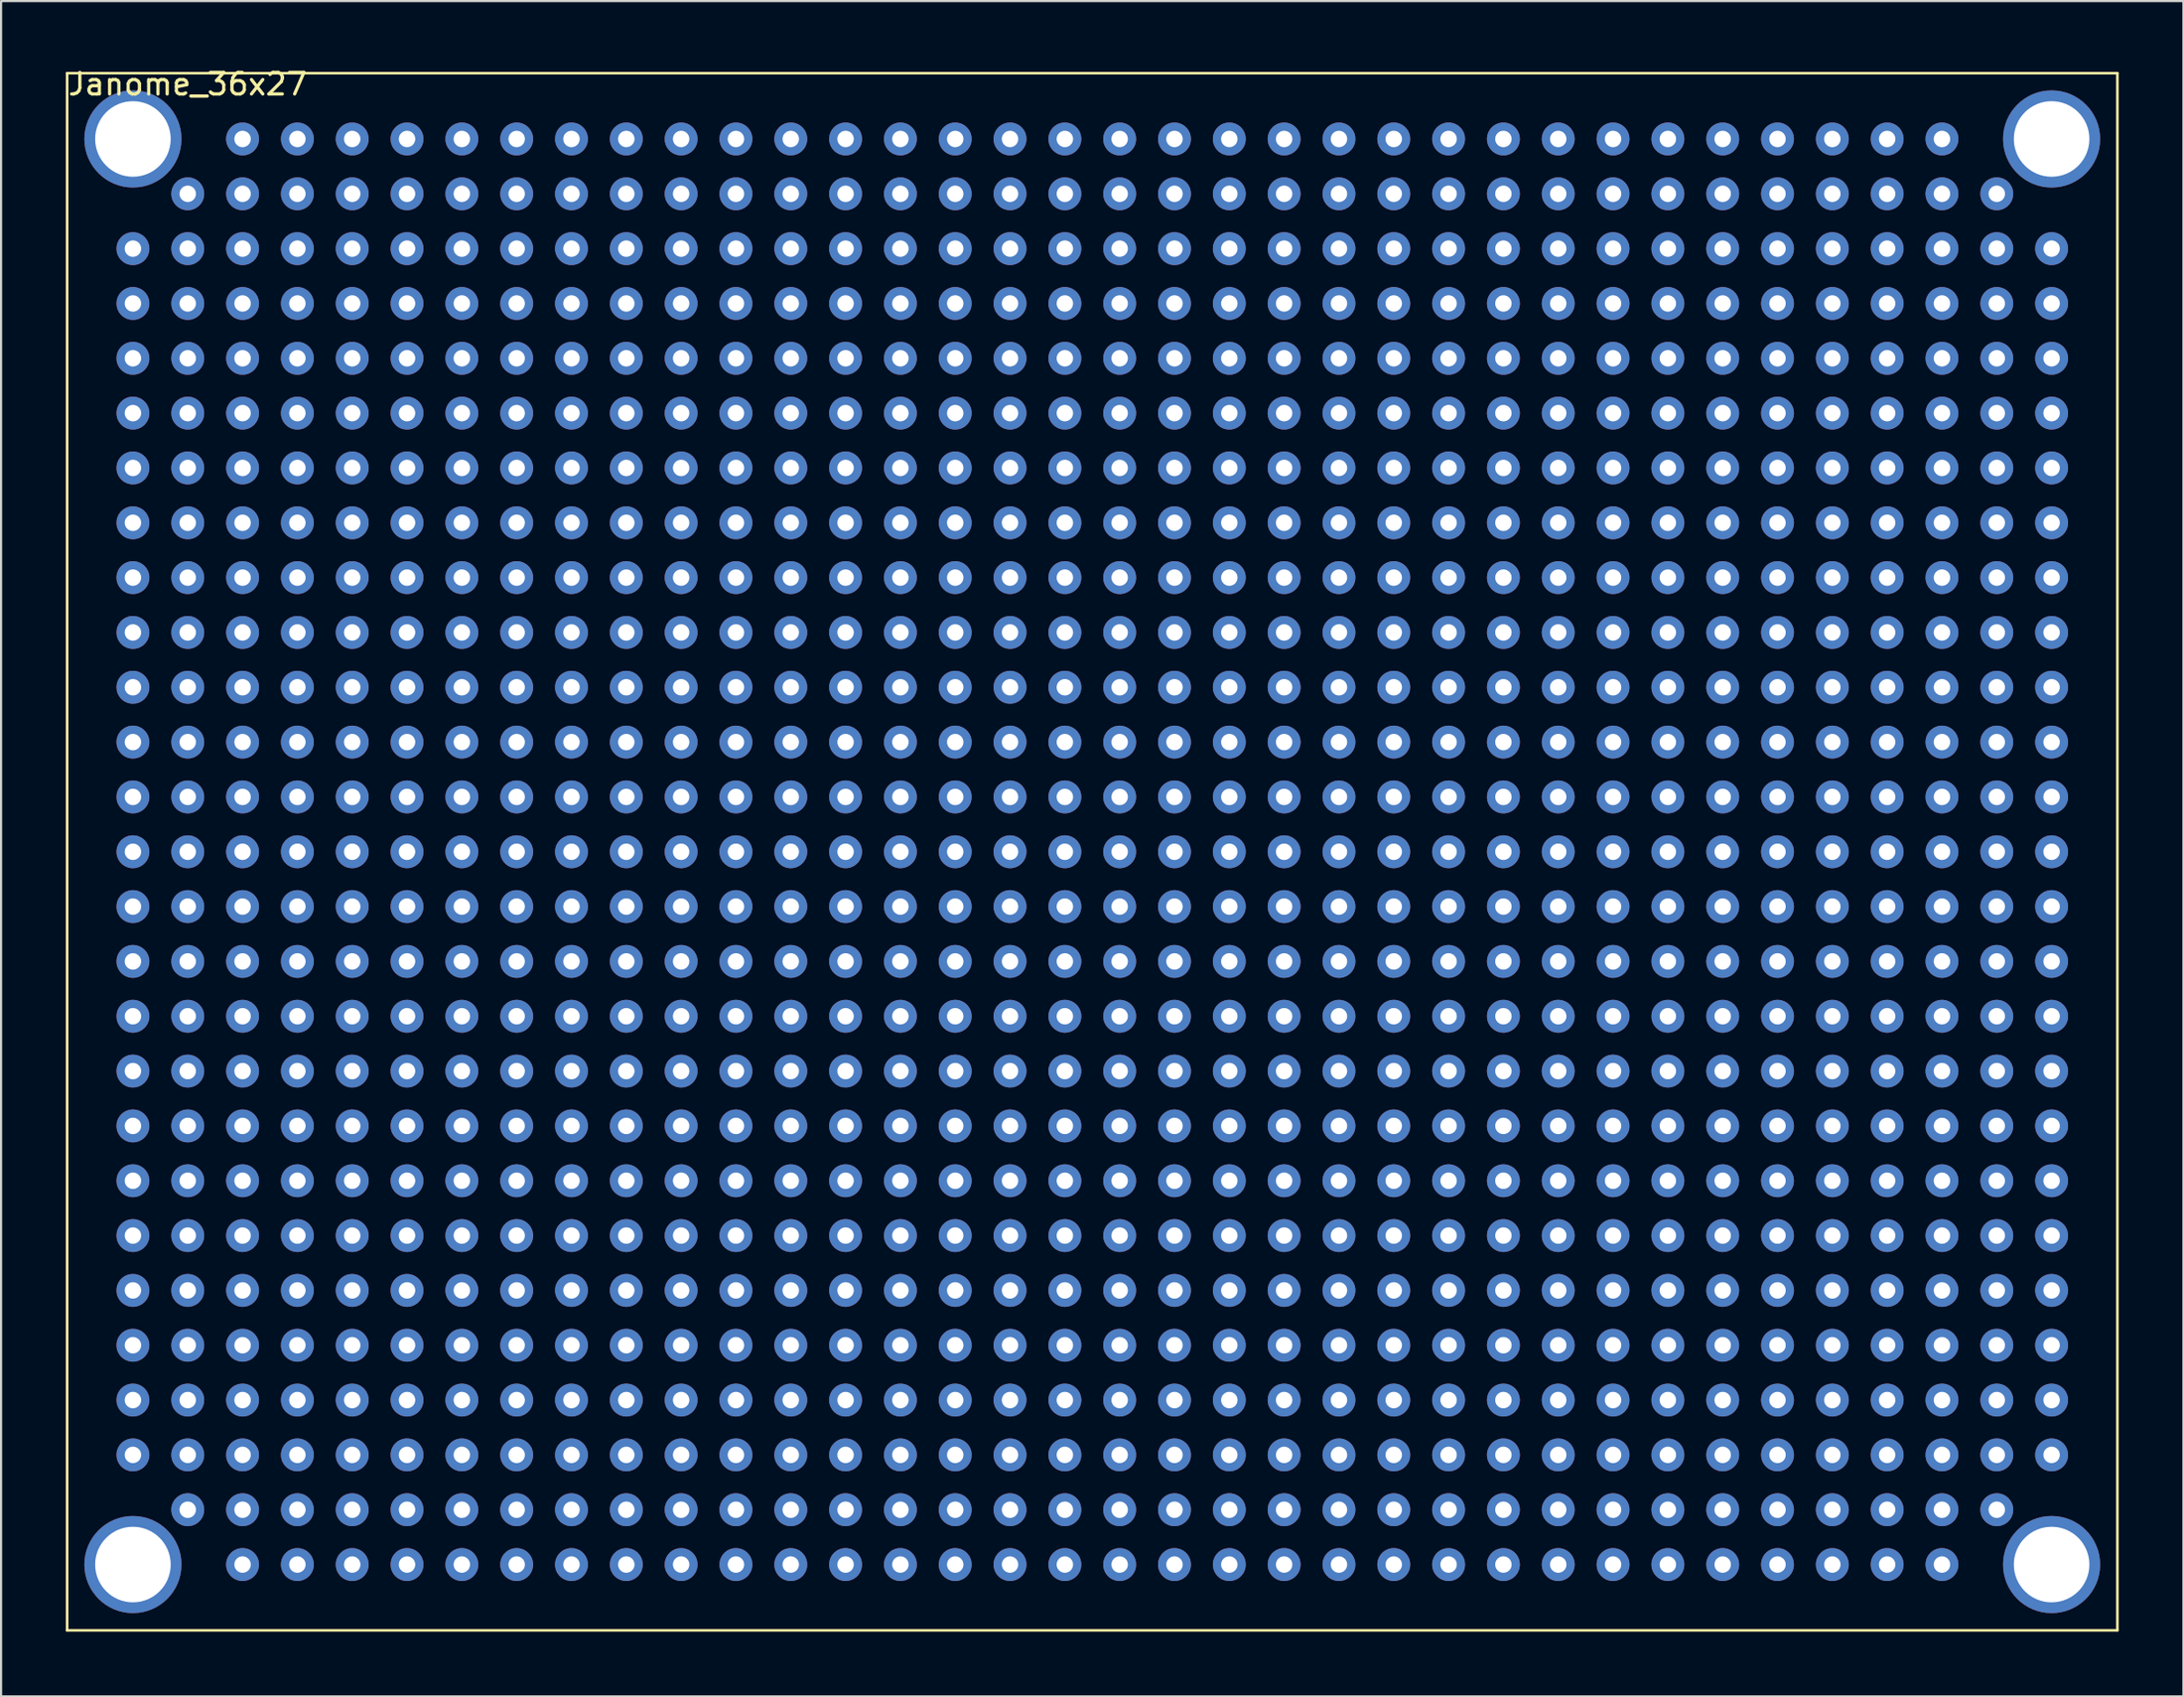
<source format=kicad_pcb>
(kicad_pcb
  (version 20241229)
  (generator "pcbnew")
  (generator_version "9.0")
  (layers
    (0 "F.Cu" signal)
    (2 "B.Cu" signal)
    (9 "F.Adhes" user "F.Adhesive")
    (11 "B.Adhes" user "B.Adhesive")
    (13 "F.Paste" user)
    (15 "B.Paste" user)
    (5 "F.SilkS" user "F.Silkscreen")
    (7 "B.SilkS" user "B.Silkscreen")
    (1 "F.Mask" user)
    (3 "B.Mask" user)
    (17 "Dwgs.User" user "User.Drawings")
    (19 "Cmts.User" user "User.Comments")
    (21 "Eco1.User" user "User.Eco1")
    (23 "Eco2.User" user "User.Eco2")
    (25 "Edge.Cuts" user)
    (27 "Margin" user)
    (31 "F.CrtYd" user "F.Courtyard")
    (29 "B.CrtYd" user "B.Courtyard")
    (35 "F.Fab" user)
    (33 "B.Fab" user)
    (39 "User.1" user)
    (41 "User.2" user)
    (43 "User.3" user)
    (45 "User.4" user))
  (footprint "Janome_36x27"
    (layer "F.Cu")
    (at 3.109 8.468)
    (property "Reference" "Janome_36x27" (at 2.54 -7.62 0) (layer "F.SilkS") (effects (font (size 1 1) (thickness 0.15))))
    (attr through_hole)
    (fp_line (start -3.048 -8.128) (end -3.048 64.008) (stroke (width 0.12) (type solid)) (layer "F.SilkS"))
    (fp_line (start -3.048 64.008) (end 91.948 64.008) (stroke (width 0.12) (type solid)) (layer "F.SilkS"))
    (fp_line (start 91.948 -8.128) (end -3.048 -8.128) (stroke (width 0.12) (type solid)) (layer "F.SilkS"))
    (fp_line (start 91.948 64.008) (end 91.948 -8.128) (stroke (width 0.12) (type solid)) (layer "F.SilkS"))
    (pad "1" thru_hole circle (at 0 0) (size 1.524 1.524) (drill 0.762) (layers "*.Cu" "*.Mask"))
    (pad "1" thru_hole circle (at 0 2.54) (size 1.524 1.524) (drill 0.762) (layers "*.Cu" "*.Mask"))
    (pad "1" thru_hole circle (at 0 5.08) (size 1.524 1.524) (drill 0.762) (layers "*.Cu" "*.Mask"))
    (pad "1" thru_hole circle (at 0 7.62) (size 1.524 1.524) (drill 0.762) (layers "*.Cu" "*.Mask"))
    (pad "1" thru_hole circle (at 0 10.16) (size 1.524 1.524) (drill 0.762) (layers "*.Cu" "*.Mask"))
    (pad "1" thru_hole circle (at 0 12.7) (size 1.524 1.524) (drill 0.762) (layers "*.Cu" "*.Mask"))
    (pad "1" thru_hole circle (at 0 15.24) (size 1.524 1.524) (drill 0.762) (layers "*.Cu" "*.Mask"))
    (pad "1" thru_hole circle (at 0 17.78) (size 1.524 1.524) (drill 0.762) (layers "*.Cu" "*.Mask"))
    (pad "1" thru_hole circle (at 0 20.32) (size 1.524 1.524) (drill 0.762) (layers "*.Cu" "*.Mask"))
    (pad "1" thru_hole circle (at 0 22.86) (size 1.524 1.524) (drill 0.762) (layers "*.Cu" "*.Mask"))
    (pad "1" thru_hole circle (at 0 25.4) (size 1.524 1.524) (drill 0.762) (layers "*.Cu" "*.Mask"))
    (pad "1" thru_hole circle (at 0 27.94) (size 1.524 1.524) (drill 0.762) (layers "*.Cu" "*.Mask"))
    (pad "1" thru_hole circle (at 0 30.48) (size 1.524 1.524) (drill 0.762) (layers "*.Cu" "*.Mask"))
    (pad "1" thru_hole circle (at 0 33.02) (size 1.524 1.524) (drill 0.762) (layers "*.Cu" "*.Mask"))
    (pad "1" thru_hole circle (at 0 35.56) (size 1.524 1.524) (drill 0.762) (layers "*.Cu" "*.Mask"))
    (pad "1" thru_hole circle (at 0 38.1) (size 1.524 1.524) (drill 0.762) (layers "*.Cu" "*.Mask"))
    (pad "1" thru_hole circle (at 0 40.64) (size 1.524 1.524) (drill 0.762) (layers "*.Cu" "*.Mask"))
    (pad "1" thru_hole circle (at 0 43.18) (size 1.524 1.524) (drill 0.762) (layers "*.Cu" "*.Mask"))
    (pad "1" thru_hole circle (at 0 45.72) (size 1.524 1.524) (drill 0.762) (layers "*.Cu" "*.Mask"))
    (pad "1" thru_hole circle (at 0 48.26) (size 1.524 1.524) (drill 0.762) (layers "*.Cu" "*.Mask"))
    (pad "1" thru_hole circle (at 0 50.8) (size 1.524 1.524) (drill 0.762) (layers "*.Cu" "*.Mask"))
    (pad "1" thru_hole circle (at 0 53.34) (size 1.524 1.524) (drill 0.762) (layers "*.Cu" "*.Mask"))
    (pad "1" thru_hole circle (at 0 55.88) (size 1.524 1.524) (drill 0.762) (layers "*.Cu" "*.Mask"))
    (pad "1" thru_hole circle (at 2.54 -2.54) (size 1.524 1.524) (drill 0.762) (layers "*.Cu" "*.Mask"))
    (pad "1" thru_hole circle (at 2.54 0) (size 1.524 1.524) (drill 0.762) (layers "*.Cu" "*.Mask"))
    (pad "1" thru_hole circle (at 2.54 2.54) (size 1.524 1.524) (drill 0.762) (layers "*.Cu" "*.Mask"))
    (pad "1" thru_hole circle (at 2.54 5.08) (size 1.524 1.524) (drill 0.762) (layers "*.Cu" "*.Mask"))
    (pad "1" thru_hole circle (at 2.54 7.62) (size 1.524 1.524) (drill 0.762) (layers "*.Cu" "*.Mask"))
    (pad "1" thru_hole circle (at 2.54 10.16) (size 1.524 1.524) (drill 0.762) (layers "*.Cu" "*.Mask"))
    (pad "1" thru_hole circle (at 2.54 12.7) (size 1.524 1.524) (drill 0.762) (layers "*.Cu" "*.Mask"))
    (pad "1" thru_hole circle (at 2.54 15.24) (size 1.524 1.524) (drill 0.762) (layers "*.Cu" "*.Mask"))
    (pad "1" thru_hole circle (at 2.54 17.78) (size 1.524 1.524) (drill 0.762) (layers "*.Cu" "*.Mask"))
    (pad "1" thru_hole circle (at 2.54 20.32) (size 1.524 1.524) (drill 0.762) (layers "*.Cu" "*.Mask"))
    (pad "1" thru_hole circle (at 2.54 22.86) (size 1.524 1.524) (drill 0.762) (layers "*.Cu" "*.Mask"))
    (pad "1" thru_hole circle (at 2.54 25.4) (size 1.524 1.524) (drill 0.762) (layers "*.Cu" "*.Mask"))
    (pad "1" thru_hole circle (at 2.54 27.94) (size 1.524 1.524) (drill 0.762) (layers "*.Cu" "*.Mask"))
    (pad "1" thru_hole circle (at 2.54 30.48) (size 1.524 1.524) (drill 0.762) (layers "*.Cu" "*.Mask"))
    (pad "1" thru_hole circle (at 2.54 33.02) (size 1.524 1.524) (drill 0.762) (layers "*.Cu" "*.Mask"))
    (pad "1" thru_hole circle (at 2.54 35.56) (size 1.524 1.524) (drill 0.762) (layers "*.Cu" "*.Mask"))
    (pad "1" thru_hole circle (at 2.54 38.1) (size 1.524 1.524) (drill 0.762) (layers "*.Cu" "*.Mask"))
    (pad "1" thru_hole circle (at 2.54 40.64) (size 1.524 1.524) (drill 0.762) (layers "*.Cu" "*.Mask"))
    (pad "1" thru_hole circle (at 2.54 43.18) (size 1.524 1.524) (drill 0.762) (layers "*.Cu" "*.Mask"))
    (pad "1" thru_hole circle (at 2.54 45.72) (size 1.524 1.524) (drill 0.762) (layers "*.Cu" "*.Mask"))
    (pad "1" thru_hole circle (at 2.54 48.26) (size 1.524 1.524) (drill 0.762) (layers "*.Cu" "*.Mask"))
    (pad "1" thru_hole circle (at 2.54 50.8) (size 1.524 1.524) (drill 0.762) (layers "*.Cu" "*.Mask"))
    (pad "1" thru_hole circle (at 2.54 53.34) (size 1.524 1.524) (drill 0.762) (layers "*.Cu" "*.Mask"))
    (pad "1" thru_hole circle (at 2.54 55.88) (size 1.524 1.524) (drill 0.762) (layers "*.Cu" "*.Mask"))
    (pad "1" thru_hole circle (at 2.54 58.42) (size 1.524 1.524) (drill 0.762) (layers "*.Cu" "*.Mask"))
    (pad "1" thru_hole circle (at 5.08 -5.08) (size 1.524 1.524) (drill 0.762) (layers "*.Cu" "*.Mask"))
    (pad "1" thru_hole circle (at 5.08 -2.54) (size 1.524 1.524) (drill 0.762) (layers "*.Cu" "*.Mask"))
    (pad "1" thru_hole circle (at 5.08 0) (size 1.524 1.524) (drill 0.762) (layers "*.Cu" "*.Mask"))
    (pad "1" thru_hole circle (at 5.08 2.54) (size 1.524 1.524) (drill 0.762) (layers "*.Cu" "*.Mask"))
    (pad "1" thru_hole circle (at 5.08 5.08) (size 1.524 1.524) (drill 0.762) (layers "*.Cu" "*.Mask"))
    (pad "1" thru_hole circle (at 5.08 7.62) (size 1.524 1.524) (drill 0.762) (layers "*.Cu" "*.Mask"))
    (pad "1" thru_hole circle (at 5.08 10.16) (size 1.524 1.524) (drill 0.762) (layers "*.Cu" "*.Mask"))
    (pad "1" thru_hole circle (at 5.08 12.7) (size 1.524 1.524) (drill 0.762) (layers "*.Cu" "*.Mask"))
    (pad "1" thru_hole circle (at 5.08 15.24) (size 1.524 1.524) (drill 0.762) (layers "*.Cu" "*.Mask"))
    (pad "1" thru_hole circle (at 5.08 17.78) (size 1.524 1.524) (drill 0.762) (layers "*.Cu" "*.Mask"))
    (pad "1" thru_hole circle (at 5.08 20.32) (size 1.524 1.524) (drill 0.762) (layers "*.Cu" "*.Mask"))
    (pad "1" thru_hole circle (at 5.08 22.86) (size 1.524 1.524) (drill 0.762) (layers "*.Cu" "*.Mask"))
    (pad "1" thru_hole circle (at 5.08 25.4) (size 1.524 1.524) (drill 0.762) (layers "*.Cu" "*.Mask"))
    (pad "1" thru_hole circle (at 5.08 27.94) (size 1.524 1.524) (drill 0.762) (layers "*.Cu" "*.Mask"))
    (pad "1" thru_hole circle (at 5.08 30.48) (size 1.524 1.524) (drill 0.762) (layers "*.Cu" "*.Mask"))
    (pad "1" thru_hole circle (at 5.08 33.02) (size 1.524 1.524) (drill 0.762) (layers "*.Cu" "*.Mask"))
    (pad "1" thru_hole circle (at 5.08 35.56) (size 1.524 1.524) (drill 0.762) (layers "*.Cu" "*.Mask"))
    (pad "1" thru_hole circle (at 5.08 38.1) (size 1.524 1.524) (drill 0.762) (layers "*.Cu" "*.Mask"))
    (pad "1" thru_hole circle (at 5.08 40.64) (size 1.524 1.524) (drill 0.762) (layers "*.Cu" "*.Mask"))
    (pad "1" thru_hole circle (at 5.08 43.18) (size 1.524 1.524) (drill 0.762) (layers "*.Cu" "*.Mask"))
    (pad "1" thru_hole circle (at 5.08 45.72) (size 1.524 1.524) (drill 0.762) (layers "*.Cu" "*.Mask"))
    (pad "1" thru_hole circle (at 5.08 48.26) (size 1.524 1.524) (drill 0.762) (layers "*.Cu" "*.Mask"))
    (pad "1" thru_hole circle (at 5.08 50.8) (size 1.524 1.524) (drill 0.762) (layers "*.Cu" "*.Mask"))
    (pad "1" thru_hole circle (at 5.08 53.34) (size 1.524 1.524) (drill 0.762) (layers "*.Cu" "*.Mask"))
    (pad "1" thru_hole circle (at 5.08 55.88) (size 1.524 1.524) (drill 0.762) (layers "*.Cu" "*.Mask"))
    (pad "1" thru_hole circle (at 5.08 58.42) (size 1.524 1.524) (drill 0.762) (layers "*.Cu" "*.Mask"))
    (pad "1" thru_hole circle (at 5.08 60.96) (size 1.524 1.524) (drill 0.762) (layers "*.Cu" "*.Mask"))
    (pad "1" thru_hole circle (at 7.62 -5.08) (size 1.524 1.524) (drill 0.762) (layers "*.Cu" "*.Mask"))
    (pad "1" thru_hole circle (at 7.62 -2.54) (size 1.524 1.524) (drill 0.762) (layers "*.Cu" "*.Mask"))
    (pad "1" thru_hole circle (at 7.62 0) (size 1.524 1.524) (drill 0.762) (layers "*.Cu" "*.Mask"))
    (pad "1" thru_hole circle (at 7.62 2.54) (size 1.524 1.524) (drill 0.762) (layers "*.Cu" "*.Mask"))
    (pad "1" thru_hole circle (at 7.62 5.08) (size 1.524 1.524) (drill 0.762) (layers "*.Cu" "*.Mask"))
    (pad "1" thru_hole circle (at 7.62 7.62) (size 1.524 1.524) (drill 0.762) (layers "*.Cu" "*.Mask"))
    (pad "1" thru_hole circle (at 7.62 10.16) (size 1.524 1.524) (drill 0.762) (layers "*.Cu" "*.Mask"))
    (pad "1" thru_hole circle (at 7.62 12.7) (size 1.524 1.524) (drill 0.762) (layers "*.Cu" "*.Mask"))
    (pad "1" thru_hole circle (at 7.62 15.24) (size 1.524 1.524) (drill 0.762) (layers "*.Cu" "*.Mask"))
    (pad "1" thru_hole circle (at 7.62 17.78) (size 1.524 1.524) (drill 0.762) (layers "*.Cu" "*.Mask"))
    (pad "1" thru_hole circle (at 7.62 20.32) (size 1.524 1.524) (drill 0.762) (layers "*.Cu" "*.Mask"))
    (pad "1" thru_hole circle (at 7.62 22.86) (size 1.524 1.524) (drill 0.762) (layers "*.Cu" "*.Mask"))
    (pad "1" thru_hole circle (at 7.62 25.4) (size 1.524 1.524) (drill 0.762) (layers "*.Cu" "*.Mask"))
    (pad "1" thru_hole circle (at 7.62 27.94) (size 1.524 1.524) (drill 0.762) (layers "*.Cu" "*.Mask"))
    (pad "1" thru_hole circle (at 7.62 30.48) (size 1.524 1.524) (drill 0.762) (layers "*.Cu" "*.Mask"))
    (pad "1" thru_hole circle (at 7.62 33.02) (size 1.524 1.524) (drill 0.762) (layers "*.Cu" "*.Mask"))
    (pad "1" thru_hole circle (at 7.62 35.56) (size 1.524 1.524) (drill 0.762) (layers "*.Cu" "*.Mask"))
    (pad "1" thru_hole circle (at 7.62 38.1) (size 1.524 1.524) (drill 0.762) (layers "*.Cu" "*.Mask"))
    (pad "1" thru_hole circle (at 7.62 40.64) (size 1.524 1.524) (drill 0.762) (layers "*.Cu" "*.Mask"))
    (pad "1" thru_hole circle (at 7.62 43.18) (size 1.524 1.524) (drill 0.762) (layers "*.Cu" "*.Mask"))
    (pad "1" thru_hole circle (at 7.62 45.72) (size 1.524 1.524) (drill 0.762) (layers "*.Cu" "*.Mask"))
    (pad "1" thru_hole circle (at 7.62 48.26) (size 1.524 1.524) (drill 0.762) (layers "*.Cu" "*.Mask"))
    (pad "1" thru_hole circle (at 7.62 50.8) (size 1.524 1.524) (drill 0.762) (layers "*.Cu" "*.Mask"))
    (pad "1" thru_hole circle (at 7.62 53.34) (size 1.524 1.524) (drill 0.762) (layers "*.Cu" "*.Mask"))
    (pad "1" thru_hole circle (at 7.62 55.88) (size 1.524 1.524) (drill 0.762) (layers "*.Cu" "*.Mask"))
    (pad "1" thru_hole circle (at 7.62 58.42) (size 1.524 1.524) (drill 0.762) (layers "*.Cu" "*.Mask"))
    (pad "1" thru_hole circle (at 7.62 60.96) (size 1.524 1.524) (drill 0.762) (layers "*.Cu" "*.Mask"))
    (pad "1" thru_hole circle (at 10.16 -5.08) (size 1.524 1.524) (drill 0.762) (layers "*.Cu" "*.Mask"))
    (pad "1" thru_hole circle (at 10.16 -2.54) (size 1.524 1.524) (drill 0.762) (layers "*.Cu" "*.Mask"))
    (pad "1" thru_hole circle (at 10.16 0) (size 1.524 1.524) (drill 0.762) (layers "*.Cu" "*.Mask"))
    (pad "1" thru_hole circle (at 10.16 2.54) (size 1.524 1.524) (drill 0.762) (layers "*.Cu" "*.Mask"))
    (pad "1" thru_hole circle (at 10.16 5.08) (size 1.524 1.524) (drill 0.762) (layers "*.Cu" "*.Mask"))
    (pad "1" thru_hole circle (at 10.16 7.62) (size 1.524 1.524) (drill 0.762) (layers "*.Cu" "*.Mask"))
    (pad "1" thru_hole circle (at 10.16 10.16) (size 1.524 1.524) (drill 0.762) (layers "*.Cu" "*.Mask"))
    (pad "1" thru_hole circle (at 10.16 12.7) (size 1.524 1.524) (drill 0.762) (layers "*.Cu" "*.Mask"))
    (pad "1" thru_hole circle (at 10.16 15.24) (size 1.524 1.524) (drill 0.762) (layers "*.Cu" "*.Mask"))
    (pad "1" thru_hole circle (at 10.16 17.78) (size 1.524 1.524) (drill 0.762) (layers "*.Cu" "*.Mask"))
    (pad "1" thru_hole circle (at 10.16 20.32) (size 1.524 1.524) (drill 0.762) (layers "*.Cu" "*.Mask"))
    (pad "1" thru_hole circle (at 10.16 22.86) (size 1.524 1.524) (drill 0.762) (layers "*.Cu" "*.Mask"))
    (pad "1" thru_hole circle (at 10.16 25.4) (size 1.524 1.524) (drill 0.762) (layers "*.Cu" "*.Mask"))
    (pad "1" thru_hole circle (at 10.16 27.94) (size 1.524 1.524) (drill 0.762) (layers "*.Cu" "*.Mask"))
    (pad "1" thru_hole circle (at 10.16 30.48) (size 1.524 1.524) (drill 0.762) (layers "*.Cu" "*.Mask"))
    (pad "1" thru_hole circle (at 10.16 33.02) (size 1.524 1.524) (drill 0.762) (layers "*.Cu" "*.Mask"))
    (pad "1" thru_hole circle (at 10.16 35.56) (size 1.524 1.524) (drill 0.762) (layers "*.Cu" "*.Mask"))
    (pad "1" thru_hole circle (at 10.16 38.1) (size 1.524 1.524) (drill 0.762) (layers "*.Cu" "*.Mask"))
    (pad "1" thru_hole circle (at 10.16 40.64) (size 1.524 1.524) (drill 0.762) (layers "*.Cu" "*.Mask"))
    (pad "1" thru_hole circle (at 10.16 43.18) (size 1.524 1.524) (drill 0.762) (layers "*.Cu" "*.Mask"))
    (pad "1" thru_hole circle (at 10.16 45.72) (size 1.524 1.524) (drill 0.762) (layers "*.Cu" "*.Mask"))
    (pad "1" thru_hole circle (at 10.16 48.26) (size 1.524 1.524) (drill 0.762) (layers "*.Cu" "*.Mask"))
    (pad "1" thru_hole circle (at 10.16 50.8) (size 1.524 1.524) (drill 0.762) (layers "*.Cu" "*.Mask"))
    (pad "1" thru_hole circle (at 10.16 53.34) (size 1.524 1.524) (drill 0.762) (layers "*.Cu" "*.Mask"))
    (pad "1" thru_hole circle (at 10.16 55.88) (size 1.524 1.524) (drill 0.762) (layers "*.Cu" "*.Mask"))
    (pad "1" thru_hole circle (at 10.16 58.42) (size 1.524 1.524) (drill 0.762) (layers "*.Cu" "*.Mask"))
    (pad "1" thru_hole circle (at 10.16 60.96) (size 1.524 1.524) (drill 0.762) (layers "*.Cu" "*.Mask"))
    (pad "1" thru_hole circle (at 12.7 -5.08) (size 1.524 1.524) (drill 0.762) (layers "*.Cu" "*.Mask"))
    (pad "1" thru_hole circle (at 12.7 -2.54) (size 1.524 1.524) (drill 0.762) (layers "*.Cu" "*.Mask"))
    (pad "1" thru_hole circle (at 12.7 0) (size 1.524 1.524) (drill 0.762) (layers "*.Cu" "*.Mask"))
    (pad "1" thru_hole circle (at 12.7 2.54) (size 1.524 1.524) (drill 0.762) (layers "*.Cu" "*.Mask"))
    (pad "1" thru_hole circle (at 12.7 5.08) (size 1.524 1.524) (drill 0.762) (layers "*.Cu" "*.Mask"))
    (pad "1" thru_hole circle (at 12.7 7.62) (size 1.524 1.524) (drill 0.762) (layers "*.Cu" "*.Mask"))
    (pad "1" thru_hole circle (at 12.7 10.16) (size 1.524 1.524) (drill 0.762) (layers "*.Cu" "*.Mask"))
    (pad "1" thru_hole circle (at 12.7 12.7) (size 1.524 1.524) (drill 0.762) (layers "*.Cu" "*.Mask"))
    (pad "1" thru_hole circle (at 12.7 15.24) (size 1.524 1.524) (drill 0.762) (layers "*.Cu" "*.Mask"))
    (pad "1" thru_hole circle (at 12.7 17.78) (size 1.524 1.524) (drill 0.762) (layers "*.Cu" "*.Mask"))
    (pad "1" thru_hole circle (at 12.7 20.32) (size 1.524 1.524) (drill 0.762) (layers "*.Cu" "*.Mask"))
    (pad "1" thru_hole circle (at 12.7 22.86) (size 1.524 1.524) (drill 0.762) (layers "*.Cu" "*.Mask"))
    (pad "1" thru_hole circle (at 12.7 25.4) (size 1.524 1.524) (drill 0.762) (layers "*.Cu" "*.Mask"))
    (pad "1" thru_hole circle (at 12.7 27.94) (size 1.524 1.524) (drill 0.762) (layers "*.Cu" "*.Mask"))
    (pad "1" thru_hole circle (at 12.7 30.48) (size 1.524 1.524) (drill 0.762) (layers "*.Cu" "*.Mask"))
    (pad "1" thru_hole circle (at 12.7 33.02) (size 1.524 1.524) (drill 0.762) (layers "*.Cu" "*.Mask"))
    (pad "1" thru_hole circle (at 12.7 35.56) (size 1.524 1.524) (drill 0.762) (layers "*.Cu" "*.Mask"))
    (pad "1" thru_hole circle (at 12.7 38.1) (size 1.524 1.524) (drill 0.762) (layers "*.Cu" "*.Mask"))
    (pad "1" thru_hole circle (at 12.7 40.64) (size 1.524 1.524) (drill 0.762) (layers "*.Cu" "*.Mask"))
    (pad "1" thru_hole circle (at 12.7 43.18) (size 1.524 1.524) (drill 0.762) (layers "*.Cu" "*.Mask"))
    (pad "1" thru_hole circle (at 12.7 45.72) (size 1.524 1.524) (drill 0.762) (layers "*.Cu" "*.Mask"))
    (pad "1" thru_hole circle (at 12.7 48.26) (size 1.524 1.524) (drill 0.762) (layers "*.Cu" "*.Mask"))
    (pad "1" thru_hole circle (at 12.7 50.8) (size 1.524 1.524) (drill 0.762) (layers "*.Cu" "*.Mask"))
    (pad "1" thru_hole circle (at 12.7 53.34) (size 1.524 1.524) (drill 0.762) (layers "*.Cu" "*.Mask"))
    (pad "1" thru_hole circle (at 12.7 55.88) (size 1.524 1.524) (drill 0.762) (layers "*.Cu" "*.Mask"))
    (pad "1" thru_hole circle (at 12.7 58.42) (size 1.524 1.524) (drill 0.762) (layers "*.Cu" "*.Mask"))
    (pad "1" thru_hole circle (at 12.7 60.96) (size 1.524 1.524) (drill 0.762) (layers "*.Cu" "*.Mask"))
    (pad "1" thru_hole circle (at 15.24 -5.08) (size 1.524 1.524) (drill 0.762) (layers "*.Cu" "*.Mask"))
    (pad "1" thru_hole circle (at 15.24 -2.54) (size 1.524 1.524) (drill 0.762) (layers "*.Cu" "*.Mask"))
    (pad "1" thru_hole circle (at 15.24 0) (size 1.524 1.524) (drill 0.762) (layers "*.Cu" "*.Mask"))
    (pad "1" thru_hole circle (at 15.24 2.54) (size 1.524 1.524) (drill 0.762) (layers "*.Cu" "*.Mask"))
    (pad "1" thru_hole circle (at 15.24 5.08) (size 1.524 1.524) (drill 0.762) (layers "*.Cu" "*.Mask"))
    (pad "1" thru_hole circle (at 15.24 7.62) (size 1.524 1.524) (drill 0.762) (layers "*.Cu" "*.Mask"))
    (pad "1" thru_hole circle (at 15.24 10.16) (size 1.524 1.524) (drill 0.762) (layers "*.Cu" "*.Mask"))
    (pad "1" thru_hole circle (at 15.24 12.7) (size 1.524 1.524) (drill 0.762) (layers "*.Cu" "*.Mask"))
    (pad "1" thru_hole circle (at 15.24 15.24) (size 1.524 1.524) (drill 0.762) (layers "*.Cu" "*.Mask"))
    (pad "1" thru_hole circle (at 15.24 17.78) (size 1.524 1.524) (drill 0.762) (layers "*.Cu" "*.Mask"))
    (pad "1" thru_hole circle (at 15.24 20.32) (size 1.524 1.524) (drill 0.762) (layers "*.Cu" "*.Mask"))
    (pad "1" thru_hole circle (at 15.24 22.86) (size 1.524 1.524) (drill 0.762) (layers "*.Cu" "*.Mask"))
    (pad "1" thru_hole circle (at 15.24 25.4) (size 1.524 1.524) (drill 0.762) (layers "*.Cu" "*.Mask"))
    (pad "1" thru_hole circle (at 15.24 27.94) (size 1.524 1.524) (drill 0.762) (layers "*.Cu" "*.Mask"))
    (pad "1" thru_hole circle (at 15.24 30.48) (size 1.524 1.524) (drill 0.762) (layers "*.Cu" "*.Mask"))
    (pad "1" thru_hole circle (at 15.24 33.02) (size 1.524 1.524) (drill 0.762) (layers "*.Cu" "*.Mask"))
    (pad "1" thru_hole circle (at 15.24 35.56) (size 1.524 1.524) (drill 0.762) (layers "*.Cu" "*.Mask"))
    (pad "1" thru_hole circle (at 15.24 38.1) (size 1.524 1.524) (drill 0.762) (layers "*.Cu" "*.Mask"))
    (pad "1" thru_hole circle (at 15.24 40.64) (size 1.524 1.524) (drill 0.762) (layers "*.Cu" "*.Mask"))
    (pad "1" thru_hole circle (at 15.24 43.18) (size 1.524 1.524) (drill 0.762) (layers "*.Cu" "*.Mask"))
    (pad "1" thru_hole circle (at 15.24 45.72) (size 1.524 1.524) (drill 0.762) (layers "*.Cu" "*.Mask"))
    (pad "1" thru_hole circle (at 15.24 48.26) (size 1.524 1.524) (drill 0.762) (layers "*.Cu" "*.Mask"))
    (pad "1" thru_hole circle (at 15.24 50.8) (size 1.524 1.524) (drill 0.762) (layers "*.Cu" "*.Mask"))
    (pad "1" thru_hole circle (at 15.24 53.34) (size 1.524 1.524) (drill 0.762) (layers "*.Cu" "*.Mask"))
    (pad "1" thru_hole circle (at 15.24 55.88) (size 1.524 1.524) (drill 0.762) (layers "*.Cu" "*.Mask"))
    (pad "1" thru_hole circle (at 15.24 58.42) (size 1.524 1.524) (drill 0.762) (layers "*.Cu" "*.Mask"))
    (pad "1" thru_hole circle (at 15.24 60.96) (size 1.524 1.524) (drill 0.762) (layers "*.Cu" "*.Mask"))
    (pad "1" thru_hole circle (at 17.78 -5.08) (size 1.524 1.524) (drill 0.762) (layers "*.Cu" "*.Mask"))
    (pad "1" thru_hole circle (at 17.78 -2.54) (size 1.524 1.524) (drill 0.762) (layers "*.Cu" "*.Mask"))
    (pad "1" thru_hole circle (at 17.78 0) (size 1.524 1.524) (drill 0.762) (layers "*.Cu" "*.Mask"))
    (pad "1" thru_hole circle (at 17.78 2.54) (size 1.524 1.524) (drill 0.762) (layers "*.Cu" "*.Mask"))
    (pad "1" thru_hole circle (at 17.78 5.08) (size 1.524 1.524) (drill 0.762) (layers "*.Cu" "*.Mask"))
    (pad "1" thru_hole circle (at 17.78 7.62) (size 1.524 1.524) (drill 0.762) (layers "*.Cu" "*.Mask"))
    (pad "1" thru_hole circle (at 17.78 10.16) (size 1.524 1.524) (drill 0.762) (layers "*.Cu" "*.Mask"))
    (pad "1" thru_hole circle (at 17.78 12.7) (size 1.524 1.524) (drill 0.762) (layers "*.Cu" "*.Mask"))
    (pad "1" thru_hole circle (at 17.78 15.24) (size 1.524 1.524) (drill 0.762) (layers "*.Cu" "*.Mask"))
    (pad "1" thru_hole circle (at 17.78 17.78) (size 1.524 1.524) (drill 0.762) (layers "*.Cu" "*.Mask"))
    (pad "1" thru_hole circle (at 17.78 20.32) (size 1.524 1.524) (drill 0.762) (layers "*.Cu" "*.Mask"))
    (pad "1" thru_hole circle (at 17.78 22.86) (size 1.524 1.524) (drill 0.762) (layers "*.Cu" "*.Mask"))
    (pad "1" thru_hole circle (at 17.78 25.4) (size 1.524 1.524) (drill 0.762) (layers "*.Cu" "*.Mask"))
    (pad "1" thru_hole circle (at 17.78 27.94) (size 1.524 1.524) (drill 0.762) (layers "*.Cu" "*.Mask"))
    (pad "1" thru_hole circle (at 17.78 30.48) (size 1.524 1.524) (drill 0.762) (layers "*.Cu" "*.Mask"))
    (pad "1" thru_hole circle (at 17.78 33.02) (size 1.524 1.524) (drill 0.762) (layers "*.Cu" "*.Mask"))
    (pad "1" thru_hole circle (at 17.78 35.56) (size 1.524 1.524) (drill 0.762) (layers "*.Cu" "*.Mask"))
    (pad "1" thru_hole circle (at 17.78 38.1) (size 1.524 1.524) (drill 0.762) (layers "*.Cu" "*.Mask"))
    (pad "1" thru_hole circle (at 17.78 40.64) (size 1.524 1.524) (drill 0.762) (layers "*.Cu" "*.Mask"))
    (pad "1" thru_hole circle (at 17.78 43.18) (size 1.524 1.524) (drill 0.762) (layers "*.Cu" "*.Mask"))
    (pad "1" thru_hole circle (at 17.78 45.72) (size 1.524 1.524) (drill 0.762) (layers "*.Cu" "*.Mask"))
    (pad "1" thru_hole circle (at 17.78 48.26) (size 1.524 1.524) (drill 0.762) (layers "*.Cu" "*.Mask"))
    (pad "1" thru_hole circle (at 17.78 50.8) (size 1.524 1.524) (drill 0.762) (layers "*.Cu" "*.Mask"))
    (pad "1" thru_hole circle (at 17.78 53.34) (size 1.524 1.524) (drill 0.762) (layers "*.Cu" "*.Mask"))
    (pad "1" thru_hole circle (at 17.78 55.88) (size 1.524 1.524) (drill 0.762) (layers "*.Cu" "*.Mask"))
    (pad "1" thru_hole circle (at 17.78 58.42) (size 1.524 1.524) (drill 0.762) (layers "*.Cu" "*.Mask"))
    (pad "1" thru_hole circle (at 17.78 60.96) (size 1.524 1.524) (drill 0.762) (layers "*.Cu" "*.Mask"))
    (pad "1" thru_hole circle (at 20.32 -5.08) (size 1.524 1.524) (drill 0.762) (layers "*.Cu" "*.Mask"))
    (pad "1" thru_hole circle (at 20.32 -2.54) (size 1.524 1.524) (drill 0.762) (layers "*.Cu" "*.Mask"))
    (pad "1" thru_hole circle (at 20.32 0) (size 1.524 1.524) (drill 0.762) (layers "*.Cu" "*.Mask"))
    (pad "1" thru_hole circle (at 20.32 2.54) (size 1.524 1.524) (drill 0.762) (layers "*.Cu" "*.Mask"))
    (pad "1" thru_hole circle (at 20.32 5.08) (size 1.524 1.524) (drill 0.762) (layers "*.Cu" "*.Mask"))
    (pad "1" thru_hole circle (at 20.32 7.62) (size 1.524 1.524) (drill 0.762) (layers "*.Cu" "*.Mask"))
    (pad "1" thru_hole circle (at 20.32 10.16) (size 1.524 1.524) (drill 0.762) (layers "*.Cu" "*.Mask"))
    (pad "1" thru_hole circle (at 20.32 12.7) (size 1.524 1.524) (drill 0.762) (layers "*.Cu" "*.Mask"))
    (pad "1" thru_hole circle (at 20.32 15.24) (size 1.524 1.524) (drill 0.762) (layers "*.Cu" "*.Mask"))
    (pad "1" thru_hole circle (at 20.32 17.78) (size 1.524 1.524) (drill 0.762) (layers "*.Cu" "*.Mask"))
    (pad "1" thru_hole circle (at 20.32 20.32) (size 1.524 1.524) (drill 0.762) (layers "*.Cu" "*.Mask"))
    (pad "1" thru_hole circle (at 20.32 22.86) (size 1.524 1.524) (drill 0.762) (layers "*.Cu" "*.Mask"))
    (pad "1" thru_hole circle (at 20.32 25.4) (size 1.524 1.524) (drill 0.762) (layers "*.Cu" "*.Mask"))
    (pad "1" thru_hole circle (at 20.32 27.94) (size 1.524 1.524) (drill 0.762) (layers "*.Cu" "*.Mask"))
    (pad "1" thru_hole circle (at 20.32 30.48) (size 1.524 1.524) (drill 0.762) (layers "*.Cu" "*.Mask"))
    (pad "1" thru_hole circle (at 20.32 33.02) (size 1.524 1.524) (drill 0.762) (layers "*.Cu" "*.Mask"))
    (pad "1" thru_hole circle (at 20.32 35.56) (size 1.524 1.524) (drill 0.762) (layers "*.Cu" "*.Mask"))
    (pad "1" thru_hole circle (at 20.32 38.1) (size 1.524 1.524) (drill 0.762) (layers "*.Cu" "*.Mask"))
    (pad "1" thru_hole circle (at 20.32 40.64) (size 1.524 1.524) (drill 0.762) (layers "*.Cu" "*.Mask"))
    (pad "1" thru_hole circle (at 20.32 43.18) (size 1.524 1.524) (drill 0.762) (layers "*.Cu" "*.Mask"))
    (pad "1" thru_hole circle (at 20.32 45.72) (size 1.524 1.524) (drill 0.762) (layers "*.Cu" "*.Mask"))
    (pad "1" thru_hole circle (at 20.32 48.26) (size 1.524 1.524) (drill 0.762) (layers "*.Cu" "*.Mask"))
    (pad "1" thru_hole circle (at 20.32 50.8) (size 1.524 1.524) (drill 0.762) (layers "*.Cu" "*.Mask"))
    (pad "1" thru_hole circle (at 20.32 53.34) (size 1.524 1.524) (drill 0.762) (layers "*.Cu" "*.Mask"))
    (pad "1" thru_hole circle (at 20.32 55.88) (size 1.524 1.524) (drill 0.762) (layers "*.Cu" "*.Mask"))
    (pad "1" thru_hole circle (at 20.32 58.42) (size 1.524 1.524) (drill 0.762) (layers "*.Cu" "*.Mask"))
    (pad "1" thru_hole circle (at 20.32 60.96) (size 1.524 1.524) (drill 0.762) (layers "*.Cu" "*.Mask"))
    (pad "1" thru_hole circle (at 22.86 -5.08) (size 1.524 1.524) (drill 0.762) (layers "*.Cu" "*.Mask"))
    (pad "1" thru_hole circle (at 22.86 -2.54) (size 1.524 1.524) (drill 0.762) (layers "*.Cu" "*.Mask"))
    (pad "1" thru_hole circle (at 22.86 0) (size 1.524 1.524) (drill 0.762) (layers "*.Cu" "*.Mask"))
    (pad "1" thru_hole circle (at 22.86 2.54) (size 1.524 1.524) (drill 0.762) (layers "*.Cu" "*.Mask"))
    (pad "1" thru_hole circle (at 22.86 5.08) (size 1.524 1.524) (drill 0.762) (layers "*.Cu" "*.Mask"))
    (pad "1" thru_hole circle (at 22.86 7.62) (size 1.524 1.524) (drill 0.762) (layers "*.Cu" "*.Mask"))
    (pad "1" thru_hole circle (at 22.86 10.16) (size 1.524 1.524) (drill 0.762) (layers "*.Cu" "*.Mask"))
    (pad "1" thru_hole circle (at 22.86 12.7) (size 1.524 1.524) (drill 0.762) (layers "*.Cu" "*.Mask"))
    (pad "1" thru_hole circle (at 22.86 15.24) (size 1.524 1.524) (drill 0.762) (layers "*.Cu" "*.Mask"))
    (pad "1" thru_hole circle (at 22.86 17.78) (size 1.524 1.524) (drill 0.762) (layers "*.Cu" "*.Mask"))
    (pad "1" thru_hole circle (at 22.86 20.32) (size 1.524 1.524) (drill 0.762) (layers "*.Cu" "*.Mask"))
    (pad "1" thru_hole circle (at 22.86 22.86) (size 1.524 1.524) (drill 0.762) (layers "*.Cu" "*.Mask"))
    (pad "1" thru_hole circle (at 22.86 25.4) (size 1.524 1.524) (drill 0.762) (layers "*.Cu" "*.Mask"))
    (pad "1" thru_hole circle (at 22.86 27.94) (size 1.524 1.524) (drill 0.762) (layers "*.Cu" "*.Mask"))
    (pad "1" thru_hole circle (at 22.86 30.48) (size 1.524 1.524) (drill 0.762) (layers "*.Cu" "*.Mask"))
    (pad "1" thru_hole circle (at 22.86 33.02) (size 1.524 1.524) (drill 0.762) (layers "*.Cu" "*.Mask"))
    (pad "1" thru_hole circle (at 22.86 35.56) (size 1.524 1.524) (drill 0.762) (layers "*.Cu" "*.Mask"))
    (pad "1" thru_hole circle (at 22.86 38.1) (size 1.524 1.524) (drill 0.762) (layers "*.Cu" "*.Mask"))
    (pad "1" thru_hole circle (at 22.86 40.64) (size 1.524 1.524) (drill 0.762) (layers "*.Cu" "*.Mask"))
    (pad "1" thru_hole circle (at 22.86 43.18) (size 1.524 1.524) (drill 0.762) (layers "*.Cu" "*.Mask"))
    (pad "1" thru_hole circle (at 22.86 45.72) (size 1.524 1.524) (drill 0.762) (layers "*.Cu" "*.Mask"))
    (pad "1" thru_hole circle (at 22.86 48.26) (size 1.524 1.524) (drill 0.762) (layers "*.Cu" "*.Mask"))
    (pad "1" thru_hole circle (at 22.86 50.8) (size 1.524 1.524) (drill 0.762) (layers "*.Cu" "*.Mask"))
    (pad "1" thru_hole circle (at 22.86 53.34) (size 1.524 1.524) (drill 0.762) (layers "*.Cu" "*.Mask"))
    (pad "1" thru_hole circle (at 22.86 55.88) (size 1.524 1.524) (drill 0.762) (layers "*.Cu" "*.Mask"))
    (pad "1" thru_hole circle (at 22.86 58.42) (size 1.524 1.524) (drill 0.762) (layers "*.Cu" "*.Mask"))
    (pad "1" thru_hole circle (at 22.86 60.96) (size 1.524 1.524) (drill 0.762) (layers "*.Cu" "*.Mask"))
    (pad "1" thru_hole circle (at 25.4 -5.08) (size 1.524 1.524) (drill 0.762) (layers "*.Cu" "*.Mask"))
    (pad "1" thru_hole circle (at 25.4 -2.54) (size 1.524 1.524) (drill 0.762) (layers "*.Cu" "*.Mask"))
    (pad "1" thru_hole circle (at 25.4 0) (size 1.524 1.524) (drill 0.762) (layers "*.Cu" "*.Mask"))
    (pad "1" thru_hole circle (at 25.4 2.54) (size 1.524 1.524) (drill 0.762) (layers "*.Cu" "*.Mask"))
    (pad "1" thru_hole circle (at 25.4 5.08) (size 1.524 1.524) (drill 0.762) (layers "*.Cu" "*.Mask"))
    (pad "1" thru_hole circle (at 25.4 7.62) (size 1.524 1.524) (drill 0.762) (layers "*.Cu" "*.Mask"))
    (pad "1" thru_hole circle (at 25.4 10.16) (size 1.524 1.524) (drill 0.762) (layers "*.Cu" "*.Mask"))
    (pad "1" thru_hole circle (at 25.4 12.7) (size 1.524 1.524) (drill 0.762) (layers "*.Cu" "*.Mask"))
    (pad "1" thru_hole circle (at 25.4 15.24) (size 1.524 1.524) (drill 0.762) (layers "*.Cu" "*.Mask"))
    (pad "1" thru_hole circle (at 25.4 17.78) (size 1.524 1.524) (drill 0.762) (layers "*.Cu" "*.Mask"))
    (pad "1" thru_hole circle (at 25.4 20.32) (size 1.524 1.524) (drill 0.762) (layers "*.Cu" "*.Mask"))
    (pad "1" thru_hole circle (at 25.4 22.86) (size 1.524 1.524) (drill 0.762) (layers "*.Cu" "*.Mask"))
    (pad "1" thru_hole circle (at 25.4 25.4) (size 1.524 1.524) (drill 0.762) (layers "*.Cu" "*.Mask"))
    (pad "1" thru_hole circle (at 25.4 27.94) (size 1.524 1.524) (drill 0.762) (layers "*.Cu" "*.Mask"))
    (pad "1" thru_hole circle (at 25.4 30.48) (size 1.524 1.524) (drill 0.762) (layers "*.Cu" "*.Mask"))
    (pad "1" thru_hole circle (at 25.4 33.02) (size 1.524 1.524) (drill 0.762) (layers "*.Cu" "*.Mask"))
    (pad "1" thru_hole circle (at 25.4 35.56) (size 1.524 1.524) (drill 0.762) (layers "*.Cu" "*.Mask"))
    (pad "1" thru_hole circle (at 25.4 38.1) (size 1.524 1.524) (drill 0.762) (layers "*.Cu" "*.Mask"))
    (pad "1" thru_hole circle (at 25.4 40.64) (size 1.524 1.524) (drill 0.762) (layers "*.Cu" "*.Mask"))
    (pad "1" thru_hole circle (at 25.4 43.18) (size 1.524 1.524) (drill 0.762) (layers "*.Cu" "*.Mask"))
    (pad "1" thru_hole circle (at 25.4 45.72) (size 1.524 1.524) (drill 0.762) (layers "*.Cu" "*.Mask"))
    (pad "1" thru_hole circle (at 25.4 48.26) (size 1.524 1.524) (drill 0.762) (layers "*.Cu" "*.Mask"))
    (pad "1" thru_hole circle (at 25.4 50.8) (size 1.524 1.524) (drill 0.762) (layers "*.Cu" "*.Mask"))
    (pad "1" thru_hole circle (at 25.4 53.34) (size 1.524 1.524) (drill 0.762) (layers "*.Cu" "*.Mask"))
    (pad "1" thru_hole circle (at 25.4 55.88) (size 1.524 1.524) (drill 0.762) (layers "*.Cu" "*.Mask"))
    (pad "1" thru_hole circle (at 25.4 58.42) (size 1.524 1.524) (drill 0.762) (layers "*.Cu" "*.Mask"))
    (pad "1" thru_hole circle (at 25.4 60.96) (size 1.524 1.524) (drill 0.762) (layers "*.Cu" "*.Mask"))
    (pad "1" thru_hole circle (at 27.94 -5.08) (size 1.524 1.524) (drill 0.762) (layers "*.Cu" "*.Mask"))
    (pad "1" thru_hole circle (at 27.94 -2.54) (size 1.524 1.524) (drill 0.762) (layers "*.Cu" "*.Mask"))
    (pad "1" thru_hole circle (at 27.94 0) (size 1.524 1.524) (drill 0.762) (layers "*.Cu" "*.Mask"))
    (pad "1" thru_hole circle (at 27.94 2.54) (size 1.524 1.524) (drill 0.762) (layers "*.Cu" "*.Mask"))
    (pad "1" thru_hole circle (at 27.94 5.08) (size 1.524 1.524) (drill 0.762) (layers "*.Cu" "*.Mask"))
    (pad "1" thru_hole circle (at 27.94 7.62) (size 1.524 1.524) (drill 0.762) (layers "*.Cu" "*.Mask"))
    (pad "1" thru_hole circle (at 27.94 10.16) (size 1.524 1.524) (drill 0.762) (layers "*.Cu" "*.Mask"))
    (pad "1" thru_hole circle (at 27.94 12.7) (size 1.524 1.524) (drill 0.762) (layers "*.Cu" "*.Mask"))
    (pad "1" thru_hole circle (at 27.94 15.24) (size 1.524 1.524) (drill 0.762) (layers "*.Cu" "*.Mask"))
    (pad "1" thru_hole circle (at 27.94 17.78) (size 1.524 1.524) (drill 0.762) (layers "*.Cu" "*.Mask"))
    (pad "1" thru_hole circle (at 27.94 20.32) (size 1.524 1.524) (drill 0.762) (layers "*.Cu" "*.Mask"))
    (pad "1" thru_hole circle (at 27.94 22.86) (size 1.524 1.524) (drill 0.762) (layers "*.Cu" "*.Mask"))
    (pad "1" thru_hole circle (at 27.94 25.4) (size 1.524 1.524) (drill 0.762) (layers "*.Cu" "*.Mask"))
    (pad "1" thru_hole circle (at 27.94 27.94) (size 1.524 1.524) (drill 0.762) (layers "*.Cu" "*.Mask"))
    (pad "1" thru_hole circle (at 27.94 30.48) (size 1.524 1.524) (drill 0.762) (layers "*.Cu" "*.Mask"))
    (pad "1" thru_hole circle (at 27.94 33.02) (size 1.524 1.524) (drill 0.762) (layers "*.Cu" "*.Mask"))
    (pad "1" thru_hole circle (at 27.94 35.56) (size 1.524 1.524) (drill 0.762) (layers "*.Cu" "*.Mask"))
    (pad "1" thru_hole circle (at 27.94 38.1) (size 1.524 1.524) (drill 0.762) (layers "*.Cu" "*.Mask"))
    (pad "1" thru_hole circle (at 27.94 40.64) (size 1.524 1.524) (drill 0.762) (layers "*.Cu" "*.Mask"))
    (pad "1" thru_hole circle (at 27.94 43.18) (size 1.524 1.524) (drill 0.762) (layers "*.Cu" "*.Mask"))
    (pad "1" thru_hole circle (at 27.94 45.72) (size 1.524 1.524) (drill 0.762) (layers "*.Cu" "*.Mask"))
    (pad "1" thru_hole circle (at 27.94 48.26) (size 1.524 1.524) (drill 0.762) (layers "*.Cu" "*.Mask"))
    (pad "1" thru_hole circle (at 27.94 50.8) (size 1.524 1.524) (drill 0.762) (layers "*.Cu" "*.Mask"))
    (pad "1" thru_hole circle (at 27.94 53.34) (size 1.524 1.524) (drill 0.762) (layers "*.Cu" "*.Mask"))
    (pad "1" thru_hole circle (at 27.94 55.88) (size 1.524 1.524) (drill 0.762) (layers "*.Cu" "*.Mask"))
    (pad "1" thru_hole circle (at 27.94 58.42) (size 1.524 1.524) (drill 0.762) (layers "*.Cu" "*.Mask"))
    (pad "1" thru_hole circle (at 27.94 60.96) (size 1.524 1.524) (drill 0.762) (layers "*.Cu" "*.Mask"))
    (pad "1" thru_hole circle (at 30.48 -5.08) (size 1.524 1.524) (drill 0.762) (layers "*.Cu" "*.Mask"))
    (pad "1" thru_hole circle (at 30.48 -2.54) (size 1.524 1.524) (drill 0.762) (layers "*.Cu" "*.Mask"))
    (pad "1" thru_hole circle (at 30.48 0) (size 1.524 1.524) (drill 0.762) (layers "*.Cu" "*.Mask"))
    (pad "1" thru_hole circle (at 30.48 2.54) (size 1.524 1.524) (drill 0.762) (layers "*.Cu" "*.Mask"))
    (pad "1" thru_hole circle (at 30.48 5.08) (size 1.524 1.524) (drill 0.762) (layers "*.Cu" "*.Mask"))
    (pad "1" thru_hole circle (at 30.48 7.62) (size 1.524 1.524) (drill 0.762) (layers "*.Cu" "*.Mask"))
    (pad "1" thru_hole circle (at 30.48 10.16) (size 1.524 1.524) (drill 0.762) (layers "*.Cu" "*.Mask"))
    (pad "1" thru_hole circle (at 30.48 12.7) (size 1.524 1.524) (drill 0.762) (layers "*.Cu" "*.Mask"))
    (pad "1" thru_hole circle (at 30.48 15.24) (size 1.524 1.524) (drill 0.762) (layers "*.Cu" "*.Mask"))
    (pad "1" thru_hole circle (at 30.48 17.78) (size 1.524 1.524) (drill 0.762) (layers "*.Cu" "*.Mask"))
    (pad "1" thru_hole circle (at 30.48 20.32) (size 1.524 1.524) (drill 0.762) (layers "*.Cu" "*.Mask"))
    (pad "1" thru_hole circle (at 30.48 22.86) (size 1.524 1.524) (drill 0.762) (layers "*.Cu" "*.Mask"))
    (pad "1" thru_hole circle (at 30.48 25.4) (size 1.524 1.524) (drill 0.762) (layers "*.Cu" "*.Mask"))
    (pad "1" thru_hole circle (at 30.48 27.94) (size 1.524 1.524) (drill 0.762) (layers "*.Cu" "*.Mask"))
    (pad "1" thru_hole circle (at 30.48 30.48) (size 1.524 1.524) (drill 0.762) (layers "*.Cu" "*.Mask"))
    (pad "1" thru_hole circle (at 30.48 33.02) (size 1.524 1.524) (drill 0.762) (layers "*.Cu" "*.Mask"))
    (pad "1" thru_hole circle (at 30.48 35.56) (size 1.524 1.524) (drill 0.762) (layers "*.Cu" "*.Mask"))
    (pad "1" thru_hole circle (at 30.48 38.1) (size 1.524 1.524) (drill 0.762) (layers "*.Cu" "*.Mask"))
    (pad "1" thru_hole circle (at 30.48 40.64) (size 1.524 1.524) (drill 0.762) (layers "*.Cu" "*.Mask"))
    (pad "1" thru_hole circle (at 30.48 43.18) (size 1.524 1.524) (drill 0.762) (layers "*.Cu" "*.Mask"))
    (pad "1" thru_hole circle (at 30.48 45.72) (size 1.524 1.524) (drill 0.762) (layers "*.Cu" "*.Mask"))
    (pad "1" thru_hole circle (at 30.48 48.26) (size 1.524 1.524) (drill 0.762) (layers "*.Cu" "*.Mask"))
    (pad "1" thru_hole circle (at 30.48 50.8) (size 1.524 1.524) (drill 0.762) (layers "*.Cu" "*.Mask"))
    (pad "1" thru_hole circle (at 30.48 53.34) (size 1.524 1.524) (drill 0.762) (layers "*.Cu" "*.Mask"))
    (pad "1" thru_hole circle (at 30.48 55.88) (size 1.524 1.524) (drill 0.762) (layers "*.Cu" "*.Mask"))
    (pad "1" thru_hole circle (at 30.48 58.42) (size 1.524 1.524) (drill 0.762) (layers "*.Cu" "*.Mask"))
    (pad "1" thru_hole circle (at 30.48 60.96) (size 1.524 1.524) (drill 0.762) (layers "*.Cu" "*.Mask"))
    (pad "1" thru_hole circle (at 33.02 -5.08) (size 1.524 1.524) (drill 0.762) (layers "*.Cu" "*.Mask"))
    (pad "1" thru_hole circle (at 33.02 -2.54) (size 1.524 1.524) (drill 0.762) (layers "*.Cu" "*.Mask"))
    (pad "1" thru_hole circle (at 33.02 0) (size 1.524 1.524) (drill 0.762) (layers "*.Cu" "*.Mask"))
    (pad "1" thru_hole circle (at 33.02 2.54) (size 1.524 1.524) (drill 0.762) (layers "*.Cu" "*.Mask"))
    (pad "1" thru_hole circle (at 33.02 5.08) (size 1.524 1.524) (drill 0.762) (layers "*.Cu" "*.Mask"))
    (pad "1" thru_hole circle (at 33.02 7.62) (size 1.524 1.524) (drill 0.762) (layers "*.Cu" "*.Mask"))
    (pad "1" thru_hole circle (at 33.02 10.16) (size 1.524 1.524) (drill 0.762) (layers "*.Cu" "*.Mask"))
    (pad "1" thru_hole circle (at 33.02 12.7) (size 1.524 1.524) (drill 0.762) (layers "*.Cu" "*.Mask"))
    (pad "1" thru_hole circle (at 33.02 15.24) (size 1.524 1.524) (drill 0.762) (layers "*.Cu" "*.Mask"))
    (pad "1" thru_hole circle (at 33.02 17.78) (size 1.524 1.524) (drill 0.762) (layers "*.Cu" "*.Mask"))
    (pad "1" thru_hole circle (at 33.02 20.32) (size 1.524 1.524) (drill 0.762) (layers "*.Cu" "*.Mask"))
    (pad "1" thru_hole circle (at 33.02 22.86) (size 1.524 1.524) (drill 0.762) (layers "*.Cu" "*.Mask"))
    (pad "1" thru_hole circle (at 33.02 25.4) (size 1.524 1.524) (drill 0.762) (layers "*.Cu" "*.Mask"))
    (pad "1" thru_hole circle (at 33.02 27.94) (size 1.524 1.524) (drill 0.762) (layers "*.Cu" "*.Mask"))
    (pad "1" thru_hole circle (at 33.02 30.48) (size 1.524 1.524) (drill 0.762) (layers "*.Cu" "*.Mask"))
    (pad "1" thru_hole circle (at 33.02 33.02) (size 1.524 1.524) (drill 0.762) (layers "*.Cu" "*.Mask"))
    (pad "1" thru_hole circle (at 33.02 35.56) (size 1.524 1.524) (drill 0.762) (layers "*.Cu" "*.Mask"))
    (pad "1" thru_hole circle (at 33.02 38.1) (size 1.524 1.524) (drill 0.762) (layers "*.Cu" "*.Mask"))
    (pad "1" thru_hole circle (at 33.02 40.64) (size 1.524 1.524) (drill 0.762) (layers "*.Cu" "*.Mask"))
    (pad "1" thru_hole circle (at 33.02 43.18) (size 1.524 1.524) (drill 0.762) (layers "*.Cu" "*.Mask"))
    (pad "1" thru_hole circle (at 33.02 45.72) (size 1.524 1.524) (drill 0.762) (layers "*.Cu" "*.Mask"))
    (pad "1" thru_hole circle (at 33.02 48.26) (size 1.524 1.524) (drill 0.762) (layers "*.Cu" "*.Mask"))
    (pad "1" thru_hole circle (at 33.02 50.8) (size 1.524 1.524) (drill 0.762) (layers "*.Cu" "*.Mask"))
    (pad "1" thru_hole circle (at 33.02 53.34) (size 1.524 1.524) (drill 0.762) (layers "*.Cu" "*.Mask"))
    (pad "1" thru_hole circle (at 33.02 55.88) (size 1.524 1.524) (drill 0.762) (layers "*.Cu" "*.Mask"))
    (pad "1" thru_hole circle (at 33.02 58.42) (size 1.524 1.524) (drill 0.762) (layers "*.Cu" "*.Mask"))
    (pad "1" thru_hole circle (at 33.02 60.96) (size 1.524 1.524) (drill 0.762) (layers "*.Cu" "*.Mask"))
    (pad "1" thru_hole circle (at 35.56 -5.08) (size 1.524 1.524) (drill 0.762) (layers "*.Cu" "*.Mask"))
    (pad "1" thru_hole circle (at 35.56 -2.54) (size 1.524 1.524) (drill 0.762) (layers "*.Cu" "*.Mask"))
    (pad "1" thru_hole circle (at 35.56 0) (size 1.524 1.524) (drill 0.762) (layers "*.Cu" "*.Mask"))
    (pad "1" thru_hole circle (at 35.56 2.54) (size 1.524 1.524) (drill 0.762) (layers "*.Cu" "*.Mask"))
    (pad "1" thru_hole circle (at 35.56 5.08) (size 1.524 1.524) (drill 0.762) (layers "*.Cu" "*.Mask"))
    (pad "1" thru_hole circle (at 35.56 7.62) (size 1.524 1.524) (drill 0.762) (layers "*.Cu" "*.Mask"))
    (pad "1" thru_hole circle (at 35.56 10.16) (size 1.524 1.524) (drill 0.762) (layers "*.Cu" "*.Mask"))
    (pad "1" thru_hole circle (at 35.56 12.7) (size 1.524 1.524) (drill 0.762) (layers "*.Cu" "*.Mask"))
    (pad "1" thru_hole circle (at 35.56 15.24) (size 1.524 1.524) (drill 0.762) (layers "*.Cu" "*.Mask"))
    (pad "1" thru_hole circle (at 35.56 17.78) (size 1.524 1.524) (drill 0.762) (layers "*.Cu" "*.Mask"))
    (pad "1" thru_hole circle (at 35.56 20.32) (size 1.524 1.524) (drill 0.762) (layers "*.Cu" "*.Mask"))
    (pad "1" thru_hole circle (at 35.56 22.86) (size 1.524 1.524) (drill 0.762) (layers "*.Cu" "*.Mask"))
    (pad "1" thru_hole circle (at 35.56 25.4) (size 1.524 1.524) (drill 0.762) (layers "*.Cu" "*.Mask"))
    (pad "1" thru_hole circle (at 35.56 27.94) (size 1.524 1.524) (drill 0.762) (layers "*.Cu" "*.Mask"))
    (pad "1" thru_hole circle (at 35.56 30.48) (size 1.524 1.524) (drill 0.762) (layers "*.Cu" "*.Mask"))
    (pad "1" thru_hole circle (at 35.56 33.02) (size 1.524 1.524) (drill 0.762) (layers "*.Cu" "*.Mask"))
    (pad "1" thru_hole circle (at 35.56 35.56) (size 1.524 1.524) (drill 0.762) (layers "*.Cu" "*.Mask"))
    (pad "1" thru_hole circle (at 35.56 38.1) (size 1.524 1.524) (drill 0.762) (layers "*.Cu" "*.Mask"))
    (pad "1" thru_hole circle (at 35.56 40.64) (size 1.524 1.524) (drill 0.762) (layers "*.Cu" "*.Mask"))
    (pad "1" thru_hole circle (at 35.56 43.18) (size 1.524 1.524) (drill 0.762) (layers "*.Cu" "*.Mask"))
    (pad "1" thru_hole circle (at 35.56 45.72) (size 1.524 1.524) (drill 0.762) (layers "*.Cu" "*.Mask"))
    (pad "1" thru_hole circle (at 35.56 48.26) (size 1.524 1.524) (drill 0.762) (layers "*.Cu" "*.Mask"))
    (pad "1" thru_hole circle (at 35.56 50.8) (size 1.524 1.524) (drill 0.762) (layers "*.Cu" "*.Mask"))
    (pad "1" thru_hole circle (at 35.56 53.34) (size 1.524 1.524) (drill 0.762) (layers "*.Cu" "*.Mask"))
    (pad "1" thru_hole circle (at 35.56 55.88) (size 1.524 1.524) (drill 0.762) (layers "*.Cu" "*.Mask"))
    (pad "1" thru_hole circle (at 35.56 58.42) (size 1.524 1.524) (drill 0.762) (layers "*.Cu" "*.Mask"))
    (pad "1" thru_hole circle (at 35.56 60.96) (size 1.524 1.524) (drill 0.762) (layers "*.Cu" "*.Mask"))
    (pad "1" thru_hole circle (at 38.1 -5.08) (size 1.524 1.524) (drill 0.762) (layers "*.Cu" "*.Mask"))
    (pad "1" thru_hole circle (at 38.1 -2.54) (size 1.524 1.524) (drill 0.762) (layers "*.Cu" "*.Mask"))
    (pad "1" thru_hole circle (at 38.1 0) (size 1.524 1.524) (drill 0.762) (layers "*.Cu" "*.Mask"))
    (pad "1" thru_hole circle (at 38.1 2.54) (size 1.524 1.524) (drill 0.762) (layers "*.Cu" "*.Mask"))
    (pad "1" thru_hole circle (at 38.1 5.08) (size 1.524 1.524) (drill 0.762) (layers "*.Cu" "*.Mask"))
    (pad "1" thru_hole circle (at 38.1 7.62) (size 1.524 1.524) (drill 0.762) (layers "*.Cu" "*.Mask"))
    (pad "1" thru_hole circle (at 38.1 10.16) (size 1.524 1.524) (drill 0.762) (layers "*.Cu" "*.Mask"))
    (pad "1" thru_hole circle (at 38.1 12.7) (size 1.524 1.524) (drill 0.762) (layers "*.Cu" "*.Mask"))
    (pad "1" thru_hole circle (at 38.1 15.24) (size 1.524 1.524) (drill 0.762) (layers "*.Cu" "*.Mask"))
    (pad "1" thru_hole circle (at 38.1 17.78) (size 1.524 1.524) (drill 0.762) (layers "*.Cu" "*.Mask"))
    (pad "1" thru_hole circle (at 38.1 20.32) (size 1.524 1.524) (drill 0.762) (layers "*.Cu" "*.Mask"))
    (pad "1" thru_hole circle (at 38.1 22.86) (size 1.524 1.524) (drill 0.762) (layers "*.Cu" "*.Mask"))
    (pad "1" thru_hole circle (at 38.1 25.4) (size 1.524 1.524) (drill 0.762) (layers "*.Cu" "*.Mask"))
    (pad "1" thru_hole circle (at 38.1 27.94) (size 1.524 1.524) (drill 0.762) (layers "*.Cu" "*.Mask"))
    (pad "1" thru_hole circle (at 38.1 30.48) (size 1.524 1.524) (drill 0.762) (layers "*.Cu" "*.Mask"))
    (pad "1" thru_hole circle (at 38.1 33.02) (size 1.524 1.524) (drill 0.762) (layers "*.Cu" "*.Mask"))
    (pad "1" thru_hole circle (at 38.1 35.56) (size 1.524 1.524) (drill 0.762) (layers "*.Cu" "*.Mask"))
    (pad "1" thru_hole circle (at 38.1 38.1) (size 1.524 1.524) (drill 0.762) (layers "*.Cu" "*.Mask"))
    (pad "1" thru_hole circle (at 38.1 40.64) (size 1.524 1.524) (drill 0.762) (layers "*.Cu" "*.Mask"))
    (pad "1" thru_hole circle (at 38.1 43.18) (size 1.524 1.524) (drill 0.762) (layers "*.Cu" "*.Mask"))
    (pad "1" thru_hole circle (at 38.1 45.72) (size 1.524 1.524) (drill 0.762) (layers "*.Cu" "*.Mask"))
    (pad "1" thru_hole circle (at 38.1 48.26) (size 1.524 1.524) (drill 0.762) (layers "*.Cu" "*.Mask"))
    (pad "1" thru_hole circle (at 38.1 50.8) (size 1.524 1.524) (drill 0.762) (layers "*.Cu" "*.Mask"))
    (pad "1" thru_hole circle (at 38.1 53.34) (size 1.524 1.524) (drill 0.762) (layers "*.Cu" "*.Mask"))
    (pad "1" thru_hole circle (at 38.1 55.88) (size 1.524 1.524) (drill 0.762) (layers "*.Cu" "*.Mask"))
    (pad "1" thru_hole circle (at 38.1 58.42) (size 1.524 1.524) (drill 0.762) (layers "*.Cu" "*.Mask"))
    (pad "1" thru_hole circle (at 38.1 60.96) (size 1.524 1.524) (drill 0.762) (layers "*.Cu" "*.Mask"))
    (pad "1" thru_hole circle (at 40.64 -5.08) (size 1.524 1.524) (drill 0.762) (layers "*.Cu" "*.Mask"))
    (pad "1" thru_hole circle (at 40.64 -2.54) (size 1.524 1.524) (drill 0.762) (layers "*.Cu" "*.Mask"))
    (pad "1" thru_hole circle (at 40.64 0) (size 1.524 1.524) (drill 0.762) (layers "*.Cu" "*.Mask"))
    (pad "1" thru_hole circle (at 40.64 2.54) (size 1.524 1.524) (drill 0.762) (layers "*.Cu" "*.Mask"))
    (pad "1" thru_hole circle (at 40.64 5.08) (size 1.524 1.524) (drill 0.762) (layers "*.Cu" "*.Mask"))
    (pad "1" thru_hole circle (at 40.64 7.62) (size 1.524 1.524) (drill 0.762) (layers "*.Cu" "*.Mask"))
    (pad "1" thru_hole circle (at 40.64 10.16) (size 1.524 1.524) (drill 0.762) (layers "*.Cu" "*.Mask"))
    (pad "1" thru_hole circle (at 40.64 12.7) (size 1.524 1.524) (drill 0.762) (layers "*.Cu" "*.Mask"))
    (pad "1" thru_hole circle (at 40.64 15.24) (size 1.524 1.524) (drill 0.762) (layers "*.Cu" "*.Mask"))
    (pad "1" thru_hole circle (at 40.64 17.78) (size 1.524 1.524) (drill 0.762) (layers "*.Cu" "*.Mask"))
    (pad "1" thru_hole circle (at 40.64 20.32) (size 1.524 1.524) (drill 0.762) (layers "*.Cu" "*.Mask"))
    (pad "1" thru_hole circle (at 40.64 22.86) (size 1.524 1.524) (drill 0.762) (layers "*.Cu" "*.Mask"))
    (pad "1" thru_hole circle (at 40.64 25.4) (size 1.524 1.524) (drill 0.762) (layers "*.Cu" "*.Mask"))
    (pad "1" thru_hole circle (at 40.64 27.94) (size 1.524 1.524) (drill 0.762) (layers "*.Cu" "*.Mask"))
    (pad "1" thru_hole circle (at 40.64 30.48) (size 1.524 1.524) (drill 0.762) (layers "*.Cu" "*.Mask"))
    (pad "1" thru_hole circle (at 40.64 33.02) (size 1.524 1.524) (drill 0.762) (layers "*.Cu" "*.Mask"))
    (pad "1" thru_hole circle (at 40.64 35.56) (size 1.524 1.524) (drill 0.762) (layers "*.Cu" "*.Mask"))
    (pad "1" thru_hole circle (at 40.64 38.1) (size 1.524 1.524) (drill 0.762) (layers "*.Cu" "*.Mask"))
    (pad "1" thru_hole circle (at 40.64 40.64) (size 1.524 1.524) (drill 0.762) (layers "*.Cu" "*.Mask"))
    (pad "1" thru_hole circle (at 40.64 43.18) (size 1.524 1.524) (drill 0.762) (layers "*.Cu" "*.Mask"))
    (pad "1" thru_hole circle (at 40.64 45.72) (size 1.524 1.524) (drill 0.762) (layers "*.Cu" "*.Mask"))
    (pad "1" thru_hole circle (at 40.64 48.26) (size 1.524 1.524) (drill 0.762) (layers "*.Cu" "*.Mask"))
    (pad "1" thru_hole circle (at 40.64 50.8) (size 1.524 1.524) (drill 0.762) (layers "*.Cu" "*.Mask"))
    (pad "1" thru_hole circle (at 40.64 53.34) (size 1.524 1.524) (drill 0.762) (layers "*.Cu" "*.Mask"))
    (pad "1" thru_hole circle (at 40.64 55.88) (size 1.524 1.524) (drill 0.762) (layers "*.Cu" "*.Mask"))
    (pad "1" thru_hole circle (at 40.64 58.42) (size 1.524 1.524) (drill 0.762) (layers "*.Cu" "*.Mask"))
    (pad "1" thru_hole circle (at 40.64 60.96) (size 1.524 1.524) (drill 0.762) (layers "*.Cu" "*.Mask"))
    (pad "1" thru_hole circle (at 43.18 -5.08) (size 1.524 1.524) (drill 0.762) (layers "*.Cu" "*.Mask"))
    (pad "1" thru_hole circle (at 43.18 -2.54) (size 1.524 1.524) (drill 0.762) (layers "*.Cu" "*.Mask"))
    (pad "1" thru_hole circle (at 43.18 0) (size 1.524 1.524) (drill 0.762) (layers "*.Cu" "*.Mask"))
    (pad "1" thru_hole circle (at 43.18 2.54) (size 1.524 1.524) (drill 0.762) (layers "*.Cu" "*.Mask"))
    (pad "1" thru_hole circle (at 43.18 5.08) (size 1.524 1.524) (drill 0.762) (layers "*.Cu" "*.Mask"))
    (pad "1" thru_hole circle (at 43.18 7.62) (size 1.524 1.524) (drill 0.762) (layers "*.Cu" "*.Mask"))
    (pad "1" thru_hole circle (at 43.18 10.16) (size 1.524 1.524) (drill 0.762) (layers "*.Cu" "*.Mask"))
    (pad "1" thru_hole circle (at 43.18 12.7) (size 1.524 1.524) (drill 0.762) (layers "*.Cu" "*.Mask"))
    (pad "1" thru_hole circle (at 43.18 15.24) (size 1.524 1.524) (drill 0.762) (layers "*.Cu" "*.Mask"))
    (pad "1" thru_hole circle (at 43.18 17.78) (size 1.524 1.524) (drill 0.762) (layers "*.Cu" "*.Mask"))
    (pad "1" thru_hole circle (at 43.18 20.32) (size 1.524 1.524) (drill 0.762) (layers "*.Cu" "*.Mask"))
    (pad "1" thru_hole circle (at 43.18 22.86) (size 1.524 1.524) (drill 0.762) (layers "*.Cu" "*.Mask"))
    (pad "1" thru_hole circle (at 43.18 25.4) (size 1.524 1.524) (drill 0.762) (layers "*.Cu" "*.Mask"))
    (pad "1" thru_hole circle (at 43.18 27.94) (size 1.524 1.524) (drill 0.762) (layers "*.Cu" "*.Mask"))
    (pad "1" thru_hole circle (at 43.18 30.48) (size 1.524 1.524) (drill 0.762) (layers "*.Cu" "*.Mask"))
    (pad "1" thru_hole circle (at 43.18 33.02) (size 1.524 1.524) (drill 0.762) (layers "*.Cu" "*.Mask"))
    (pad "1" thru_hole circle (at 43.18 35.56) (size 1.524 1.524) (drill 0.762) (layers "*.Cu" "*.Mask"))
    (pad "1" thru_hole circle (at 43.18 38.1) (size 1.524 1.524) (drill 0.762) (layers "*.Cu" "*.Mask"))
    (pad "1" thru_hole circle (at 43.18 40.64) (size 1.524 1.524) (drill 0.762) (layers "*.Cu" "*.Mask"))
    (pad "1" thru_hole circle (at 43.18 43.18) (size 1.524 1.524) (drill 0.762) (layers "*.Cu" "*.Mask"))
    (pad "1" thru_hole circle (at 43.18 45.72) (size 1.524 1.524) (drill 0.762) (layers "*.Cu" "*.Mask"))
    (pad "1" thru_hole circle (at 43.18 48.26) (size 1.524 1.524) (drill 0.762) (layers "*.Cu" "*.Mask"))
    (pad "1" thru_hole circle (at 43.18 50.8) (size 1.524 1.524) (drill 0.762) (layers "*.Cu" "*.Mask"))
    (pad "1" thru_hole circle (at 43.18 53.34) (size 1.524 1.524) (drill 0.762) (layers "*.Cu" "*.Mask"))
    (pad "1" thru_hole circle (at 43.18 55.88) (size 1.524 1.524) (drill 0.762) (layers "*.Cu" "*.Mask"))
    (pad "1" thru_hole circle (at 43.18 58.42) (size 1.524 1.524) (drill 0.762) (layers "*.Cu" "*.Mask"))
    (pad "1" thru_hole circle (at 43.18 60.96) (size 1.524 1.524) (drill 0.762) (layers "*.Cu" "*.Mask"))
    (pad "1" thru_hole circle (at 45.72 -5.08) (size 1.524 1.524) (drill 0.762) (layers "*.Cu" "*.Mask"))
    (pad "1" thru_hole circle (at 45.72 -2.54) (size 1.524 1.524) (drill 0.762) (layers "*.Cu" "*.Mask"))
    (pad "1" thru_hole circle (at 45.72 0) (size 1.524 1.524) (drill 0.762) (layers "*.Cu" "*.Mask"))
    (pad "1" thru_hole circle (at 45.72 2.54) (size 1.524 1.524) (drill 0.762) (layers "*.Cu" "*.Mask"))
    (pad "1" thru_hole circle (at 45.72 5.08) (size 1.524 1.524) (drill 0.762) (layers "*.Cu" "*.Mask"))
    (pad "1" thru_hole circle (at 45.72 7.62) (size 1.524 1.524) (drill 0.762) (layers "*.Cu" "*.Mask"))
    (pad "1" thru_hole circle (at 45.72 10.16) (size 1.524 1.524) (drill 0.762) (layers "*.Cu" "*.Mask"))
    (pad "1" thru_hole circle (at 45.72 12.7) (size 1.524 1.524) (drill 0.762) (layers "*.Cu" "*.Mask"))
    (pad "1" thru_hole circle (at 45.72 15.24) (size 1.524 1.524) (drill 0.762) (layers "*.Cu" "*.Mask"))
    (pad "1" thru_hole circle (at 45.72 17.78) (size 1.524 1.524) (drill 0.762) (layers "*.Cu" "*.Mask"))
    (pad "1" thru_hole circle (at 45.72 20.32) (size 1.524 1.524) (drill 0.762) (layers "*.Cu" "*.Mask"))
    (pad "1" thru_hole circle (at 45.72 22.86) (size 1.524 1.524) (drill 0.762) (layers "*.Cu" "*.Mask"))
    (pad "1" thru_hole circle (at 45.72 25.4) (size 1.524 1.524) (drill 0.762) (layers "*.Cu" "*.Mask"))
    (pad "1" thru_hole circle (at 45.72 27.94) (size 1.524 1.524) (drill 0.762) (layers "*.Cu" "*.Mask"))
    (pad "1" thru_hole circle (at 45.72 30.48) (size 1.524 1.524) (drill 0.762) (layers "*.Cu" "*.Mask"))
    (pad "1" thru_hole circle (at 45.72 33.02) (size 1.524 1.524) (drill 0.762) (layers "*.Cu" "*.Mask"))
    (pad "1" thru_hole circle (at 45.72 35.56) (size 1.524 1.524) (drill 0.762) (layers "*.Cu" "*.Mask"))
    (pad "1" thru_hole circle (at 45.72 38.1) (size 1.524 1.524) (drill 0.762) (layers "*.Cu" "*.Mask"))
    (pad "1" thru_hole circle (at 45.72 40.64) (size 1.524 1.524) (drill 0.762) (layers "*.Cu" "*.Mask"))
    (pad "1" thru_hole circle (at 45.72 43.18) (size 1.524 1.524) (drill 0.762) (layers "*.Cu" "*.Mask"))
    (pad "1" thru_hole circle (at 45.72 45.72) (size 1.524 1.524) (drill 0.762) (layers "*.Cu" "*.Mask"))
    (pad "1" thru_hole circle (at 45.72 48.26) (size 1.524 1.524) (drill 0.762) (layers "*.Cu" "*.Mask"))
    (pad "1" thru_hole circle (at 45.72 50.8) (size 1.524 1.524) (drill 0.762) (layers "*.Cu" "*.Mask"))
    (pad "1" thru_hole circle (at 45.72 53.34) (size 1.524 1.524) (drill 0.762) (layers "*.Cu" "*.Mask"))
    (pad "1" thru_hole circle (at 45.72 55.88) (size 1.524 1.524) (drill 0.762) (layers "*.Cu" "*.Mask"))
    (pad "1" thru_hole circle (at 45.72 58.42) (size 1.524 1.524) (drill 0.762) (layers "*.Cu" "*.Mask"))
    (pad "1" thru_hole circle (at 45.72 60.96) (size 1.524 1.524) (drill 0.762) (layers "*.Cu" "*.Mask"))
    (pad "1" thru_hole circle (at 48.26 -5.08) (size 1.524 1.524) (drill 0.762) (layers "*.Cu" "*.Mask"))
    (pad "1" thru_hole circle (at 48.26 -2.54) (size 1.524 1.524) (drill 0.762) (layers "*.Cu" "*.Mask"))
    (pad "1" thru_hole circle (at 48.26 0) (size 1.524 1.524) (drill 0.762) (layers "*.Cu" "*.Mask"))
    (pad "1" thru_hole circle (at 48.26 2.54) (size 1.524 1.524) (drill 0.762) (layers "*.Cu" "*.Mask"))
    (pad "1" thru_hole circle (at 48.26 5.08) (size 1.524 1.524) (drill 0.762) (layers "*.Cu" "*.Mask"))
    (pad "1" thru_hole circle (at 48.26 7.62) (size 1.524 1.524) (drill 0.762) (layers "*.Cu" "*.Mask"))
    (pad "1" thru_hole circle (at 48.26 10.16) (size 1.524 1.524) (drill 0.762) (layers "*.Cu" "*.Mask"))
    (pad "1" thru_hole circle (at 48.26 12.7) (size 1.524 1.524) (drill 0.762) (layers "*.Cu" "*.Mask"))
    (pad "1" thru_hole circle (at 48.26 15.24) (size 1.524 1.524) (drill 0.762) (layers "*.Cu" "*.Mask"))
    (pad "1" thru_hole circle (at 48.26 17.78) (size 1.524 1.524) (drill 0.762) (layers "*.Cu" "*.Mask"))
    (pad "1" thru_hole circle (at 48.26 20.32) (size 1.524 1.524) (drill 0.762) (layers "*.Cu" "*.Mask"))
    (pad "1" thru_hole circle (at 48.26 22.86) (size 1.524 1.524) (drill 0.762) (layers "*.Cu" "*.Mask"))
    (pad "1" thru_hole circle (at 48.26 25.4) (size 1.524 1.524) (drill 0.762) (layers "*.Cu" "*.Mask"))
    (pad "1" thru_hole circle (at 48.26 27.94) (size 1.524 1.524) (drill 0.762) (layers "*.Cu" "*.Mask"))
    (pad "1" thru_hole circle (at 48.26 30.48) (size 1.524 1.524) (drill 0.762) (layers "*.Cu" "*.Mask"))
    (pad "1" thru_hole circle (at 48.26 33.02) (size 1.524 1.524) (drill 0.762) (layers "*.Cu" "*.Mask"))
    (pad "1" thru_hole circle (at 48.26 35.56) (size 1.524 1.524) (drill 0.762) (layers "*.Cu" "*.Mask"))
    (pad "1" thru_hole circle (at 48.26 38.1) (size 1.524 1.524) (drill 0.762) (layers "*.Cu" "*.Mask"))
    (pad "1" thru_hole circle (at 48.26 40.64) (size 1.524 1.524) (drill 0.762) (layers "*.Cu" "*.Mask"))
    (pad "1" thru_hole circle (at 48.26 43.18) (size 1.524 1.524) (drill 0.762) (layers "*.Cu" "*.Mask"))
    (pad "1" thru_hole circle (at 48.26 45.72) (size 1.524 1.524) (drill 0.762) (layers "*.Cu" "*.Mask"))
    (pad "1" thru_hole circle (at 48.26 48.26) (size 1.524 1.524) (drill 0.762) (layers "*.Cu" "*.Mask"))
    (pad "1" thru_hole circle (at 48.26 50.8) (size 1.524 1.524) (drill 0.762) (layers "*.Cu" "*.Mask"))
    (pad "1" thru_hole circle (at 48.26 53.34) (size 1.524 1.524) (drill 0.762) (layers "*.Cu" "*.Mask"))
    (pad "1" thru_hole circle (at 48.26 55.88) (size 1.524 1.524) (drill 0.762) (layers "*.Cu" "*.Mask"))
    (pad "1" thru_hole circle (at 48.26 58.42) (size 1.524 1.524) (drill 0.762) (layers "*.Cu" "*.Mask"))
    (pad "1" thru_hole circle (at 48.26 60.96) (size 1.524 1.524) (drill 0.762) (layers "*.Cu" "*.Mask"))
    (pad "1" thru_hole circle (at 50.8 -5.08) (size 1.524 1.524) (drill 0.762) (layers "*.Cu" "*.Mask"))
    (pad "1" thru_hole circle (at 50.8 -2.54) (size 1.524 1.524) (drill 0.762) (layers "*.Cu" "*.Mask"))
    (pad "1" thru_hole circle (at 50.8 0) (size 1.524 1.524) (drill 0.762) (layers "*.Cu" "*.Mask"))
    (pad "1" thru_hole circle (at 50.8 2.54) (size 1.524 1.524) (drill 0.762) (layers "*.Cu" "*.Mask"))
    (pad "1" thru_hole circle (at 50.8 5.08) (size 1.524 1.524) (drill 0.762) (layers "*.Cu" "*.Mask"))
    (pad "1" thru_hole circle (at 50.8 7.62) (size 1.524 1.524) (drill 0.762) (layers "*.Cu" "*.Mask"))
    (pad "1" thru_hole circle (at 50.8 10.16) (size 1.524 1.524) (drill 0.762) (layers "*.Cu" "*.Mask"))
    (pad "1" thru_hole circle (at 50.8 12.7) (size 1.524 1.524) (drill 0.762) (layers "*.Cu" "*.Mask"))
    (pad "1" thru_hole circle (at 50.8 15.24) (size 1.524 1.524) (drill 0.762) (layers "*.Cu" "*.Mask"))
    (pad "1" thru_hole circle (at 50.8 17.78) (size 1.524 1.524) (drill 0.762) (layers "*.Cu" "*.Mask"))
    (pad "1" thru_hole circle (at 50.8 20.32) (size 1.524 1.524) (drill 0.762) (layers "*.Cu" "*.Mask"))
    (pad "1" thru_hole circle (at 50.8 22.86) (size 1.524 1.524) (drill 0.762) (layers "*.Cu" "*.Mask"))
    (pad "1" thru_hole circle (at 50.8 25.4) (size 1.524 1.524) (drill 0.762) (layers "*.Cu" "*.Mask"))
    (pad "1" thru_hole circle (at 50.8 27.94) (size 1.524 1.524) (drill 0.762) (layers "*.Cu" "*.Mask"))
    (pad "1" thru_hole circle (at 50.8 30.48) (size 1.524 1.524) (drill 0.762) (layers "*.Cu" "*.Mask"))
    (pad "1" thru_hole circle (at 50.8 33.02) (size 1.524 1.524) (drill 0.762) (layers "*.Cu" "*.Mask"))
    (pad "1" thru_hole circle (at 50.8 35.56) (size 1.524 1.524) (drill 0.762) (layers "*.Cu" "*.Mask"))
    (pad "1" thru_hole circle (at 50.8 38.1) (size 1.524 1.524) (drill 0.762) (layers "*.Cu" "*.Mask"))
    (pad "1" thru_hole circle (at 50.8 40.64) (size 1.524 1.524) (drill 0.762) (layers "*.Cu" "*.Mask"))
    (pad "1" thru_hole circle (at 50.8 43.18) (size 1.524 1.524) (drill 0.762) (layers "*.Cu" "*.Mask"))
    (pad "1" thru_hole circle (at 50.8 45.72) (size 1.524 1.524) (drill 0.762) (layers "*.Cu" "*.Mask"))
    (pad "1" thru_hole circle (at 50.8 48.26) (size 1.524 1.524) (drill 0.762) (layers "*.Cu" "*.Mask"))
    (pad "1" thru_hole circle (at 50.8 50.8) (size 1.524 1.524) (drill 0.762) (layers "*.Cu" "*.Mask"))
    (pad "1" thru_hole circle (at 50.8 53.34) (size 1.524 1.524) (drill 0.762) (layers "*.Cu" "*.Mask"))
    (pad "1" thru_hole circle (at 50.8 55.88) (size 1.524 1.524) (drill 0.762) (layers "*.Cu" "*.Mask"))
    (pad "1" thru_hole circle (at 50.8 58.42) (size 1.524 1.524) (drill 0.762) (layers "*.Cu" "*.Mask"))
    (pad "1" thru_hole circle (at 50.8 60.96) (size 1.524 1.524) (drill 0.762) (layers "*.Cu" "*.Mask"))
    (pad "1" thru_hole circle (at 53.34 -5.08) (size 1.524 1.524) (drill 0.762) (layers "*.Cu" "*.Mask"))
    (pad "1" thru_hole circle (at 53.34 -2.54) (size 1.524 1.524) (drill 0.762) (layers "*.Cu" "*.Mask"))
    (pad "1" thru_hole circle (at 53.34 0) (size 1.524 1.524) (drill 0.762) (layers "*.Cu" "*.Mask"))
    (pad "1" thru_hole circle (at 53.34 2.54) (size 1.524 1.524) (drill 0.762) (layers "*.Cu" "*.Mask"))
    (pad "1" thru_hole circle (at 53.34 5.08) (size 1.524 1.524) (drill 0.762) (layers "*.Cu" "*.Mask"))
    (pad "1" thru_hole circle (at 53.34 7.62) (size 1.524 1.524) (drill 0.762) (layers "*.Cu" "*.Mask"))
    (pad "1" thru_hole circle (at 53.34 10.16) (size 1.524 1.524) (drill 0.762) (layers "*.Cu" "*.Mask"))
    (pad "1" thru_hole circle (at 53.34 12.7) (size 1.524 1.524) (drill 0.762) (layers "*.Cu" "*.Mask"))
    (pad "1" thru_hole circle (at 53.34 15.24) (size 1.524 1.524) (drill 0.762) (layers "*.Cu" "*.Mask"))
    (pad "1" thru_hole circle (at 53.34 17.78) (size 1.524 1.524) (drill 0.762) (layers "*.Cu" "*.Mask"))
    (pad "1" thru_hole circle (at 53.34 20.32) (size 1.524 1.524) (drill 0.762) (layers "*.Cu" "*.Mask"))
    (pad "1" thru_hole circle (at 53.34 22.86) (size 1.524 1.524) (drill 0.762) (layers "*.Cu" "*.Mask"))
    (pad "1" thru_hole circle (at 53.34 25.4) (size 1.524 1.524) (drill 0.762) (layers "*.Cu" "*.Mask"))
    (pad "1" thru_hole circle (at 53.34 27.94) (size 1.524 1.524) (drill 0.762) (layers "*.Cu" "*.Mask"))
    (pad "1" thru_hole circle (at 53.34 30.48) (size 1.524 1.524) (drill 0.762) (layers "*.Cu" "*.Mask"))
    (pad "1" thru_hole circle (at 53.34 33.02) (size 1.524 1.524) (drill 0.762) (layers "*.Cu" "*.Mask"))
    (pad "1" thru_hole circle (at 53.34 35.56) (size 1.524 1.524) (drill 0.762) (layers "*.Cu" "*.Mask"))
    (pad "1" thru_hole circle (at 53.34 38.1) (size 1.524 1.524) (drill 0.762) (layers "*.Cu" "*.Mask"))
    (pad "1" thru_hole circle (at 53.34 40.64) (size 1.524 1.524) (drill 0.762) (layers "*.Cu" "*.Mask"))
    (pad "1" thru_hole circle (at 53.34 43.18) (size 1.524 1.524) (drill 0.762) (layers "*.Cu" "*.Mask"))
    (pad "1" thru_hole circle (at 53.34 45.72) (size 1.524 1.524) (drill 0.762) (layers "*.Cu" "*.Mask"))
    (pad "1" thru_hole circle (at 53.34 48.26) (size 1.524 1.524) (drill 0.762) (layers "*.Cu" "*.Mask"))
    (pad "1" thru_hole circle (at 53.34 50.8) (size 1.524 1.524) (drill 0.762) (layers "*.Cu" "*.Mask"))
    (pad "1" thru_hole circle (at 53.34 53.34) (size 1.524 1.524) (drill 0.762) (layers "*.Cu" "*.Mask"))
    (pad "1" thru_hole circle (at 53.34 55.88) (size 1.524 1.524) (drill 0.762) (layers "*.Cu" "*.Mask"))
    (pad "1" thru_hole circle (at 53.34 58.42) (size 1.524 1.524) (drill 0.762) (layers "*.Cu" "*.Mask"))
    (pad "1" thru_hole circle (at 53.34 60.96) (size 1.524 1.524) (drill 0.762) (layers "*.Cu" "*.Mask"))
    (pad "1" thru_hole circle (at 55.88 -5.08) (size 1.524 1.524) (drill 0.762) (layers "*.Cu" "*.Mask"))
    (pad "1" thru_hole circle (at 55.88 -2.54) (size 1.524 1.524) (drill 0.762) (layers "*.Cu" "*.Mask"))
    (pad "1" thru_hole circle (at 55.88 0) (size 1.524 1.524) (drill 0.762) (layers "*.Cu" "*.Mask"))
    (pad "1" thru_hole circle (at 55.88 2.54) (size 1.524 1.524) (drill 0.762) (layers "*.Cu" "*.Mask"))
    (pad "1" thru_hole circle (at 55.88 5.08) (size 1.524 1.524) (drill 0.762) (layers "*.Cu" "*.Mask"))
    (pad "1" thru_hole circle (at 55.88 7.62) (size 1.524 1.524) (drill 0.762) (layers "*.Cu" "*.Mask"))
    (pad "1" thru_hole circle (at 55.88 10.16) (size 1.524 1.524) (drill 0.762) (layers "*.Cu" "*.Mask"))
    (pad "1" thru_hole circle (at 55.88 12.7) (size 1.524 1.524) (drill 0.762) (layers "*.Cu" "*.Mask"))
    (pad "1" thru_hole circle (at 55.88 15.24) (size 1.524 1.524) (drill 0.762) (layers "*.Cu" "*.Mask"))
    (pad "1" thru_hole circle (at 55.88 17.78) (size 1.524 1.524) (drill 0.762) (layers "*.Cu" "*.Mask"))
    (pad "1" thru_hole circle (at 55.88 20.32) (size 1.524 1.524) (drill 0.762) (layers "*.Cu" "*.Mask"))
    (pad "1" thru_hole circle (at 55.88 22.86) (size 1.524 1.524) (drill 0.762) (layers "*.Cu" "*.Mask"))
    (pad "1" thru_hole circle (at 55.88 25.4) (size 1.524 1.524) (drill 0.762) (layers "*.Cu" "*.Mask"))
    (pad "1" thru_hole circle (at 55.88 27.94) (size 1.524 1.524) (drill 0.762) (layers "*.Cu" "*.Mask"))
    (pad "1" thru_hole circle (at 55.88 30.48) (size 1.524 1.524) (drill 0.762) (layers "*.Cu" "*.Mask"))
    (pad "1" thru_hole circle (at 55.88 33.02) (size 1.524 1.524) (drill 0.762) (layers "*.Cu" "*.Mask"))
    (pad "1" thru_hole circle (at 55.88 35.56) (size 1.524 1.524) (drill 0.762) (layers "*.Cu" "*.Mask"))
    (pad "1" thru_hole circle (at 55.88 38.1) (size 1.524 1.524) (drill 0.762) (layers "*.Cu" "*.Mask"))
    (pad "1" thru_hole circle (at 55.88 40.64) (size 1.524 1.524) (drill 0.762) (layers "*.Cu" "*.Mask"))
    (pad "1" thru_hole circle (at 55.88 43.18) (size 1.524 1.524) (drill 0.762) (layers "*.Cu" "*.Mask"))
    (pad "1" thru_hole circle (at 55.88 45.72) (size 1.524 1.524) (drill 0.762) (layers "*.Cu" "*.Mask"))
    (pad "1" thru_hole circle (at 55.88 48.26) (size 1.524 1.524) (drill 0.762) (layers "*.Cu" "*.Mask"))
    (pad "1" thru_hole circle (at 55.88 50.8) (size 1.524 1.524) (drill 0.762) (layers "*.Cu" "*.Mask"))
    (pad "1" thru_hole circle (at 55.88 53.34) (size 1.524 1.524) (drill 0.762) (layers "*.Cu" "*.Mask"))
    (pad "1" thru_hole circle (at 55.88 55.88) (size 1.524 1.524) (drill 0.762) (layers "*.Cu" "*.Mask"))
    (pad "1" thru_hole circle (at 55.88 58.42) (size 1.524 1.524) (drill 0.762) (layers "*.Cu" "*.Mask"))
    (pad "1" thru_hole circle (at 55.88 60.96) (size 1.524 1.524) (drill 0.762) (layers "*.Cu" "*.Mask"))
    (pad "1" thru_hole circle (at 58.42 -5.08) (size 1.524 1.524) (drill 0.762) (layers "*.Cu" "*.Mask"))
    (pad "1" thru_hole circle (at 58.42 -2.54) (size 1.524 1.524) (drill 0.762) (layers "*.Cu" "*.Mask"))
    (pad "1" thru_hole circle (at 58.42 0) (size 1.524 1.524) (drill 0.762) (layers "*.Cu" "*.Mask"))
    (pad "1" thru_hole circle (at 58.42 2.54) (size 1.524 1.524) (drill 0.762) (layers "*.Cu" "*.Mask"))
    (pad "1" thru_hole circle (at 58.42 5.08) (size 1.524 1.524) (drill 0.762) (layers "*.Cu" "*.Mask"))
    (pad "1" thru_hole circle (at 58.42 7.62) (size 1.524 1.524) (drill 0.762) (layers "*.Cu" "*.Mask"))
    (pad "1" thru_hole circle (at 58.42 10.16) (size 1.524 1.524) (drill 0.762) (layers "*.Cu" "*.Mask"))
    (pad "1" thru_hole circle (at 58.42 12.7) (size 1.524 1.524) (drill 0.762) (layers "*.Cu" "*.Mask"))
    (pad "1" thru_hole circle (at 58.42 15.24) (size 1.524 1.524) (drill 0.762) (layers "*.Cu" "*.Mask"))
    (pad "1" thru_hole circle (at 58.42 17.78) (size 1.524 1.524) (drill 0.762) (layers "*.Cu" "*.Mask"))
    (pad "1" thru_hole circle (at 58.42 20.32) (size 1.524 1.524) (drill 0.762) (layers "*.Cu" "*.Mask"))
    (pad "1" thru_hole circle (at 58.42 22.86) (size 1.524 1.524) (drill 0.762) (layers "*.Cu" "*.Mask"))
    (pad "1" thru_hole circle (at 58.42 25.4) (size 1.524 1.524) (drill 0.762) (layers "*.Cu" "*.Mask"))
    (pad "1" thru_hole circle (at 58.42 27.94) (size 1.524 1.524) (drill 0.762) (layers "*.Cu" "*.Mask"))
    (pad "1" thru_hole circle (at 58.42 30.48) (size 1.524 1.524) (drill 0.762) (layers "*.Cu" "*.Mask"))
    (pad "1" thru_hole circle (at 58.42 33.02) (size 1.524 1.524) (drill 0.762) (layers "*.Cu" "*.Mask"))
    (pad "1" thru_hole circle (at 58.42 35.56) (size 1.524 1.524) (drill 0.762) (layers "*.Cu" "*.Mask"))
    (pad "1" thru_hole circle (at 58.42 38.1) (size 1.524 1.524) (drill 0.762) (layers "*.Cu" "*.Mask"))
    (pad "1" thru_hole circle (at 58.42 40.64) (size 1.524 1.524) (drill 0.762) (layers "*.Cu" "*.Mask"))
    (pad "1" thru_hole circle (at 58.42 43.18) (size 1.524 1.524) (drill 0.762) (layers "*.Cu" "*.Mask"))
    (pad "1" thru_hole circle (at 58.42 45.72) (size 1.524 1.524) (drill 0.762) (layers "*.Cu" "*.Mask"))
    (pad "1" thru_hole circle (at 58.42 48.26) (size 1.524 1.524) (drill 0.762) (layers "*.Cu" "*.Mask"))
    (pad "1" thru_hole circle (at 58.42 50.8) (size 1.524 1.524) (drill 0.762) (layers "*.Cu" "*.Mask"))
    (pad "1" thru_hole circle (at 58.42 53.34) (size 1.524 1.524) (drill 0.762) (layers "*.Cu" "*.Mask"))
    (pad "1" thru_hole circle (at 58.42 55.88) (size 1.524 1.524) (drill 0.762) (layers "*.Cu" "*.Mask"))
    (pad "1" thru_hole circle (at 58.42 58.42) (size 1.524 1.524) (drill 0.762) (layers "*.Cu" "*.Mask"))
    (pad "1" thru_hole circle (at 58.42 60.96) (size 1.524 1.524) (drill 0.762) (layers "*.Cu" "*.Mask"))
    (pad "1" thru_hole circle (at 60.96 -5.08) (size 1.524 1.524) (drill 0.762) (layers "*.Cu" "*.Mask"))
    (pad "1" thru_hole circle (at 60.96 -2.54) (size 1.524 1.524) (drill 0.762) (layers "*.Cu" "*.Mask"))
    (pad "1" thru_hole circle (at 60.96 0) (size 1.524 1.524) (drill 0.762) (layers "*.Cu" "*.Mask"))
    (pad "1" thru_hole circle (at 60.96 2.54) (size 1.524 1.524) (drill 0.762) (layers "*.Cu" "*.Mask"))
    (pad "1" thru_hole circle (at 60.96 5.08) (size 1.524 1.524) (drill 0.762) (layers "*.Cu" "*.Mask"))
    (pad "1" thru_hole circle (at 60.96 7.62) (size 1.524 1.524) (drill 0.762) (layers "*.Cu" "*.Mask"))
    (pad "1" thru_hole circle (at 60.96 10.16) (size 1.524 1.524) (drill 0.762) (layers "*.Cu" "*.Mask"))
    (pad "1" thru_hole circle (at 60.96 12.7) (size 1.524 1.524) (drill 0.762) (layers "*.Cu" "*.Mask"))
    (pad "1" thru_hole circle (at 60.96 15.24) (size 1.524 1.524) (drill 0.762) (layers "*.Cu" "*.Mask"))
    (pad "1" thru_hole circle (at 60.96 17.78) (size 1.524 1.524) (drill 0.762) (layers "*.Cu" "*.Mask"))
    (pad "1" thru_hole circle (at 60.96 20.32) (size 1.524 1.524) (drill 0.762) (layers "*.Cu" "*.Mask"))
    (pad "1" thru_hole circle (at 60.96 22.86) (size 1.524 1.524) (drill 0.762) (layers "*.Cu" "*.Mask"))
    (pad "1" thru_hole circle (at 60.96 25.4) (size 1.524 1.524) (drill 0.762) (layers "*.Cu" "*.Mask"))
    (pad "1" thru_hole circle (at 60.96 27.94) (size 1.524 1.524) (drill 0.762) (layers "*.Cu" "*.Mask"))
    (pad "1" thru_hole circle (at 60.96 30.48) (size 1.524 1.524) (drill 0.762) (layers "*.Cu" "*.Mask"))
    (pad "1" thru_hole circle (at 60.96 33.02) (size 1.524 1.524) (drill 0.762) (layers "*.Cu" "*.Mask"))
    (pad "1" thru_hole circle (at 60.96 35.56) (size 1.524 1.524) (drill 0.762) (layers "*.Cu" "*.Mask"))
    (pad "1" thru_hole circle (at 60.96 38.1) (size 1.524 1.524) (drill 0.762) (layers "*.Cu" "*.Mask"))
    (pad "1" thru_hole circle (at 60.96 40.64) (size 1.524 1.524) (drill 0.762) (layers "*.Cu" "*.Mask"))
    (pad "1" thru_hole circle (at 60.96 43.18) (size 1.524 1.524) (drill 0.762) (layers "*.Cu" "*.Mask"))
    (pad "1" thru_hole circle (at 60.96 45.72) (size 1.524 1.524) (drill 0.762) (layers "*.Cu" "*.Mask"))
    (pad "1" thru_hole circle (at 60.96 48.26) (size 1.524 1.524) (drill 0.762) (layers "*.Cu" "*.Mask"))
    (pad "1" thru_hole circle (at 60.96 50.8) (size 1.524 1.524) (drill 0.762) (layers "*.Cu" "*.Mask"))
    (pad "1" thru_hole circle (at 60.96 53.34) (size 1.524 1.524) (drill 0.762) (layers "*.Cu" "*.Mask"))
    (pad "1" thru_hole circle (at 60.96 55.88) (size 1.524 1.524) (drill 0.762) (layers "*.Cu" "*.Mask"))
    (pad "1" thru_hole circle (at 60.96 58.42) (size 1.524 1.524) (drill 0.762) (layers "*.Cu" "*.Mask"))
    (pad "1" thru_hole circle (at 60.96 60.96) (size 1.524 1.524) (drill 0.762) (layers "*.Cu" "*.Mask"))
    (pad "1" thru_hole circle (at 63.5 -5.08) (size 1.524 1.524) (drill 0.762) (layers "*.Cu" "*.Mask"))
    (pad "1" thru_hole circle (at 63.5 -2.54) (size 1.524 1.524) (drill 0.762) (layers "*.Cu" "*.Mask"))
    (pad "1" thru_hole circle (at 63.5 0) (size 1.524 1.524) (drill 0.762) (layers "*.Cu" "*.Mask"))
    (pad "1" thru_hole circle (at 63.5 2.54) (size 1.524 1.524) (drill 0.762) (layers "*.Cu" "*.Mask"))
    (pad "1" thru_hole circle (at 63.5 5.08) (size 1.524 1.524) (drill 0.762) (layers "*.Cu" "*.Mask"))
    (pad "1" thru_hole circle (at 63.5 7.62) (size 1.524 1.524) (drill 0.762) (layers "*.Cu" "*.Mask"))
    (pad "1" thru_hole circle (at 63.5 10.16) (size 1.524 1.524) (drill 0.762) (layers "*.Cu" "*.Mask"))
    (pad "1" thru_hole circle (at 63.5 12.7) (size 1.524 1.524) (drill 0.762) (layers "*.Cu" "*.Mask"))
    (pad "1" thru_hole circle (at 63.5 15.24) (size 1.524 1.524) (drill 0.762) (layers "*.Cu" "*.Mask"))
    (pad "1" thru_hole circle (at 63.5 17.78) (size 1.524 1.524) (drill 0.762) (layers "*.Cu" "*.Mask"))
    (pad "1" thru_hole circle (at 63.5 20.32) (size 1.524 1.524) (drill 0.762) (layers "*.Cu" "*.Mask"))
    (pad "1" thru_hole circle (at 63.5 22.86) (size 1.524 1.524) (drill 0.762) (layers "*.Cu" "*.Mask"))
    (pad "1" thru_hole circle (at 63.5 25.4) (size 1.524 1.524) (drill 0.762) (layers "*.Cu" "*.Mask"))
    (pad "1" thru_hole circle (at 63.5 27.94) (size 1.524 1.524) (drill 0.762) (layers "*.Cu" "*.Mask"))
    (pad "1" thru_hole circle (at 63.5 30.48) (size 1.524 1.524) (drill 0.762) (layers "*.Cu" "*.Mask"))
    (pad "1" thru_hole circle (at 63.5 33.02) (size 1.524 1.524) (drill 0.762) (layers "*.Cu" "*.Mask"))
    (pad "1" thru_hole circle (at 63.5 35.56) (size 1.524 1.524) (drill 0.762) (layers "*.Cu" "*.Mask"))
    (pad "1" thru_hole circle (at 63.5 38.1) (size 1.524 1.524) (drill 0.762) (layers "*.Cu" "*.Mask"))
    (pad "1" thru_hole circle (at 63.5 40.64) (size 1.524 1.524) (drill 0.762) (layers "*.Cu" "*.Mask"))
    (pad "1" thru_hole circle (at 63.5 43.18) (size 1.524 1.524) (drill 0.762) (layers "*.Cu" "*.Mask"))
    (pad "1" thru_hole circle (at 63.5 45.72) (size 1.524 1.524) (drill 0.762) (layers "*.Cu" "*.Mask"))
    (pad "1" thru_hole circle (at 63.5 48.26) (size 1.524 1.524) (drill 0.762) (layers "*.Cu" "*.Mask"))
    (pad "1" thru_hole circle (at 63.5 50.8) (size 1.524 1.524) (drill 0.762) (layers "*.Cu" "*.Mask"))
    (pad "1" thru_hole circle (at 63.5 53.34) (size 1.524 1.524) (drill 0.762) (layers "*.Cu" "*.Mask"))
    (pad "1" thru_hole circle (at 63.5 55.88) (size 1.524 1.524) (drill 0.762) (layers "*.Cu" "*.Mask"))
    (pad "1" thru_hole circle (at 63.5 58.42) (size 1.524 1.524) (drill 0.762) (layers "*.Cu" "*.Mask"))
    (pad "1" thru_hole circle (at 63.5 60.96) (size 1.524 1.524) (drill 0.762) (layers "*.Cu" "*.Mask"))
    (pad "1" thru_hole circle (at 66.04 -5.08) (size 1.524 1.524) (drill 0.762) (layers "*.Cu" "*.Mask"))
    (pad "1" thru_hole circle (at 66.04 -2.54) (size 1.524 1.524) (drill 0.762) (layers "*.Cu" "*.Mask"))
    (pad "1" thru_hole circle (at 66.04 0) (size 1.524 1.524) (drill 0.762) (layers "*.Cu" "*.Mask"))
    (pad "1" thru_hole circle (at 66.04 2.54) (size 1.524 1.524) (drill 0.762) (layers "*.Cu" "*.Mask"))
    (pad "1" thru_hole circle (at 66.04 5.08) (size 1.524 1.524) (drill 0.762) (layers "*.Cu" "*.Mask"))
    (pad "1" thru_hole circle (at 66.04 7.62) (size 1.524 1.524) (drill 0.762) (layers "*.Cu" "*.Mask"))
    (pad "1" thru_hole circle (at 66.04 10.16) (size 1.524 1.524) (drill 0.762) (layers "*.Cu" "*.Mask"))
    (pad "1" thru_hole circle (at 66.04 12.7) (size 1.524 1.524) (drill 0.762) (layers "*.Cu" "*.Mask"))
    (pad "1" thru_hole circle (at 66.04 15.24) (size 1.524 1.524) (drill 0.762) (layers "*.Cu" "*.Mask"))
    (pad "1" thru_hole circle (at 66.04 17.78) (size 1.524 1.524) (drill 0.762) (layers "*.Cu" "*.Mask"))
    (pad "1" thru_hole circle (at 66.04 20.32) (size 1.524 1.524) (drill 0.762) (layers "*.Cu" "*.Mask"))
    (pad "1" thru_hole circle (at 66.04 22.86) (size 1.524 1.524) (drill 0.762) (layers "*.Cu" "*.Mask"))
    (pad "1" thru_hole circle (at 66.04 25.4) (size 1.524 1.524) (drill 0.762) (layers "*.Cu" "*.Mask"))
    (pad "1" thru_hole circle (at 66.04 27.94) (size 1.524 1.524) (drill 0.762) (layers "*.Cu" "*.Mask"))
    (pad "1" thru_hole circle (at 66.04 30.48) (size 1.524 1.524) (drill 0.762) (layers "*.Cu" "*.Mask"))
    (pad "1" thru_hole circle (at 66.04 33.02) (size 1.524 1.524) (drill 0.762) (layers "*.Cu" "*.Mask"))
    (pad "1" thru_hole circle (at 66.04 35.56) (size 1.524 1.524) (drill 0.762) (layers "*.Cu" "*.Mask"))
    (pad "1" thru_hole circle (at 66.04 38.1) (size 1.524 1.524) (drill 0.762) (layers "*.Cu" "*.Mask"))
    (pad "1" thru_hole circle (at 66.04 40.64) (size 1.524 1.524) (drill 0.762) (layers "*.Cu" "*.Mask"))
    (pad "1" thru_hole circle (at 66.04 43.18) (size 1.524 1.524) (drill 0.762) (layers "*.Cu" "*.Mask"))
    (pad "1" thru_hole circle (at 66.04 45.72) (size 1.524 1.524) (drill 0.762) (layers "*.Cu" "*.Mask"))
    (pad "1" thru_hole circle (at 66.04 48.26) (size 1.524 1.524) (drill 0.762) (layers "*.Cu" "*.Mask"))
    (pad "1" thru_hole circle (at 66.04 50.8) (size 1.524 1.524) (drill 0.762) (layers "*.Cu" "*.Mask"))
    (pad "1" thru_hole circle (at 66.04 53.34) (size 1.524 1.524) (drill 0.762) (layers "*.Cu" "*.Mask"))
    (pad "1" thru_hole circle (at 66.04 55.88) (size 1.524 1.524) (drill 0.762) (layers "*.Cu" "*.Mask"))
    (pad "1" thru_hole circle (at 66.04 58.42) (size 1.524 1.524) (drill 0.762) (layers "*.Cu" "*.Mask"))
    (pad "1" thru_hole circle (at 66.04 60.96) (size 1.524 1.524) (drill 0.762) (layers "*.Cu" "*.Mask"))
    (pad "1" thru_hole circle (at 68.58 -5.08) (size 1.524 1.524) (drill 0.762) (layers "*.Cu" "*.Mask"))
    (pad "1" thru_hole circle (at 68.58 -2.54) (size 1.524 1.524) (drill 0.762) (layers "*.Cu" "*.Mask"))
    (pad "1" thru_hole circle (at 68.58 0) (size 1.524 1.524) (drill 0.762) (layers "*.Cu" "*.Mask"))
    (pad "1" thru_hole circle (at 68.58 2.54) (size 1.524 1.524) (drill 0.762) (layers "*.Cu" "*.Mask"))
    (pad "1" thru_hole circle (at 68.58 5.08) (size 1.524 1.524) (drill 0.762) (layers "*.Cu" "*.Mask"))
    (pad "1" thru_hole circle (at 68.58 7.62) (size 1.524 1.524) (drill 0.762) (layers "*.Cu" "*.Mask"))
    (pad "1" thru_hole circle (at 68.58 10.16) (size 1.524 1.524) (drill 0.762) (layers "*.Cu" "*.Mask"))
    (pad "1" thru_hole circle (at 68.58 12.7) (size 1.524 1.524) (drill 0.762) (layers "*.Cu" "*.Mask"))
    (pad "1" thru_hole circle (at 68.58 15.24) (size 1.524 1.524) (drill 0.762) (layers "*.Cu" "*.Mask"))
    (pad "1" thru_hole circle (at 68.58 17.78) (size 1.524 1.524) (drill 0.762) (layers "*.Cu" "*.Mask"))
    (pad "1" thru_hole circle (at 68.58 20.32) (size 1.524 1.524) (drill 0.762) (layers "*.Cu" "*.Mask"))
    (pad "1" thru_hole circle (at 68.58 22.86) (size 1.524 1.524) (drill 0.762) (layers "*.Cu" "*.Mask"))
    (pad "1" thru_hole circle (at 68.58 25.4) (size 1.524 1.524) (drill 0.762) (layers "*.Cu" "*.Mask"))
    (pad "1" thru_hole circle (at 68.58 27.94) (size 1.524 1.524) (drill 0.762) (layers "*.Cu" "*.Mask"))
    (pad "1" thru_hole circle (at 68.58 30.48) (size 1.524 1.524) (drill 0.762) (layers "*.Cu" "*.Mask"))
    (pad "1" thru_hole circle (at 68.58 33.02) (size 1.524 1.524) (drill 0.762) (layers "*.Cu" "*.Mask"))
    (pad "1" thru_hole circle (at 68.58 35.56) (size 1.524 1.524) (drill 0.762) (layers "*.Cu" "*.Mask"))
    (pad "1" thru_hole circle (at 68.58 38.1) (size 1.524 1.524) (drill 0.762) (layers "*.Cu" "*.Mask"))
    (pad "1" thru_hole circle (at 68.58 40.64) (size 1.524 1.524) (drill 0.762) (layers "*.Cu" "*.Mask"))
    (pad "1" thru_hole circle (at 68.58 43.18) (size 1.524 1.524) (drill 0.762) (layers "*.Cu" "*.Mask"))
    (pad "1" thru_hole circle (at 68.58 45.72) (size 1.524 1.524) (drill 0.762) (layers "*.Cu" "*.Mask"))
    (pad "1" thru_hole circle (at 68.58 48.26) (size 1.524 1.524) (drill 0.762) (layers "*.Cu" "*.Mask"))
    (pad "1" thru_hole circle (at 68.58 50.8) (size 1.524 1.524) (drill 0.762) (layers "*.Cu" "*.Mask"))
    (pad "1" thru_hole circle (at 68.58 53.34) (size 1.524 1.524) (drill 0.762) (layers "*.Cu" "*.Mask"))
    (pad "1" thru_hole circle (at 68.58 55.88) (size 1.524 1.524) (drill 0.762) (layers "*.Cu" "*.Mask"))
    (pad "1" thru_hole circle (at 68.58 58.42) (size 1.524 1.524) (drill 0.762) (layers "*.Cu" "*.Mask"))
    (pad "1" thru_hole circle (at 68.58 60.96) (size 1.524 1.524) (drill 0.762) (layers "*.Cu" "*.Mask"))
    (pad "1" thru_hole circle (at 71.12 -5.08) (size 1.524 1.524) (drill 0.762) (layers "*.Cu" "*.Mask"))
    (pad "1" thru_hole circle (at 71.12 -2.54) (size 1.524 1.524) (drill 0.762) (layers "*.Cu" "*.Mask"))
    (pad "1" thru_hole circle (at 71.12 0) (size 1.524 1.524) (drill 0.762) (layers "*.Cu" "*.Mask"))
    (pad "1" thru_hole circle (at 71.12 2.54) (size 1.524 1.524) (drill 0.762) (layers "*.Cu" "*.Mask"))
    (pad "1" thru_hole circle (at 71.12 5.08) (size 1.524 1.524) (drill 0.762) (layers "*.Cu" "*.Mask"))
    (pad "1" thru_hole circle (at 71.12 7.62) (size 1.524 1.524) (drill 0.762) (layers "*.Cu" "*.Mask"))
    (pad "1" thru_hole circle (at 71.12 10.16) (size 1.524 1.524) (drill 0.762) (layers "*.Cu" "*.Mask"))
    (pad "1" thru_hole circle (at 71.12 12.7) (size 1.524 1.524) (drill 0.762) (layers "*.Cu" "*.Mask"))
    (pad "1" thru_hole circle (at 71.12 15.24) (size 1.524 1.524) (drill 0.762) (layers "*.Cu" "*.Mask"))
    (pad "1" thru_hole circle (at 71.12 17.78) (size 1.524 1.524) (drill 0.762) (layers "*.Cu" "*.Mask"))
    (pad "1" thru_hole circle (at 71.12 20.32) (size 1.524 1.524) (drill 0.762) (layers "*.Cu" "*.Mask"))
    (pad "1" thru_hole circle (at 71.12 22.86) (size 1.524 1.524) (drill 0.762) (layers "*.Cu" "*.Mask"))
    (pad "1" thru_hole circle (at 71.12 25.4) (size 1.524 1.524) (drill 0.762) (layers "*.Cu" "*.Mask"))
    (pad "1" thru_hole circle (at 71.12 27.94) (size 1.524 1.524) (drill 0.762) (layers "*.Cu" "*.Mask"))
    (pad "1" thru_hole circle (at 71.12 30.48) (size 1.524 1.524) (drill 0.762) (layers "*.Cu" "*.Mask"))
    (pad "1" thru_hole circle (at 71.12 33.02) (size 1.524 1.524) (drill 0.762) (layers "*.Cu" "*.Mask"))
    (pad "1" thru_hole circle (at 71.12 35.56) (size 1.524 1.524) (drill 0.762) (layers "*.Cu" "*.Mask"))
    (pad "1" thru_hole circle (at 71.12 38.1) (size 1.524 1.524) (drill 0.762) (layers "*.Cu" "*.Mask"))
    (pad "1" thru_hole circle (at 71.12 40.64) (size 1.524 1.524) (drill 0.762) (layers "*.Cu" "*.Mask"))
    (pad "1" thru_hole circle (at 71.12 43.18) (size 1.524 1.524) (drill 0.762) (layers "*.Cu" "*.Mask"))
    (pad "1" thru_hole circle (at 71.12 45.72) (size 1.524 1.524) (drill 0.762) (layers "*.Cu" "*.Mask"))
    (pad "1" thru_hole circle (at 71.12 48.26) (size 1.524 1.524) (drill 0.762) (layers "*.Cu" "*.Mask"))
    (pad "1" thru_hole circle (at 71.12 50.8) (size 1.524 1.524) (drill 0.762) (layers "*.Cu" "*.Mask"))
    (pad "1" thru_hole circle (at 71.12 53.34) (size 1.524 1.524) (drill 0.762) (layers "*.Cu" "*.Mask"))
    (pad "1" thru_hole circle (at 71.12 55.88) (size 1.524 1.524) (drill 0.762) (layers "*.Cu" "*.Mask"))
    (pad "1" thru_hole circle (at 71.12 58.42) (size 1.524 1.524) (drill 0.762) (layers "*.Cu" "*.Mask"))
    (pad "1" thru_hole circle (at 71.12 60.96) (size 1.524 1.524) (drill 0.762) (layers "*.Cu" "*.Mask"))
    (pad "1" thru_hole circle (at 73.66 -5.08) (size 1.524 1.524) (drill 0.762) (layers "*.Cu" "*.Mask"))
    (pad "1" thru_hole circle (at 73.66 -2.54) (size 1.524 1.524) (drill 0.762) (layers "*.Cu" "*.Mask"))
    (pad "1" thru_hole circle (at 73.66 0) (size 1.524 1.524) (drill 0.762) (layers "*.Cu" "*.Mask"))
    (pad "1" thru_hole circle (at 73.66 2.54) (size 1.524 1.524) (drill 0.762) (layers "*.Cu" "*.Mask"))
    (pad "1" thru_hole circle (at 73.66 5.08) (size 1.524 1.524) (drill 0.762) (layers "*.Cu" "*.Mask"))
    (pad "1" thru_hole circle (at 73.66 7.62) (size 1.524 1.524) (drill 0.762) (layers "*.Cu" "*.Mask"))
    (pad "1" thru_hole circle (at 73.66 10.16) (size 1.524 1.524) (drill 0.762) (layers "*.Cu" "*.Mask"))
    (pad "1" thru_hole circle (at 73.66 12.7) (size 1.524 1.524) (drill 0.762) (layers "*.Cu" "*.Mask"))
    (pad "1" thru_hole circle (at 73.66 15.24) (size 1.524 1.524) (drill 0.762) (layers "*.Cu" "*.Mask"))
    (pad "1" thru_hole circle (at 73.66 17.78) (size 1.524 1.524) (drill 0.762) (layers "*.Cu" "*.Mask"))
    (pad "1" thru_hole circle (at 73.66 20.32) (size 1.524 1.524) (drill 0.762) (layers "*.Cu" "*.Mask"))
    (pad "1" thru_hole circle (at 73.66 22.86) (size 1.524 1.524) (drill 0.762) (layers "*.Cu" "*.Mask"))
    (pad "1" thru_hole circle (at 73.66 25.4) (size 1.524 1.524) (drill 0.762) (layers "*.Cu" "*.Mask"))
    (pad "1" thru_hole circle (at 73.66 27.94) (size 1.524 1.524) (drill 0.762) (layers "*.Cu" "*.Mask"))
    (pad "1" thru_hole circle (at 73.66 30.48) (size 1.524 1.524) (drill 0.762) (layers "*.Cu" "*.Mask"))
    (pad "1" thru_hole circle (at 73.66 33.02) (size 1.524 1.524) (drill 0.762) (layers "*.Cu" "*.Mask"))
    (pad "1" thru_hole circle (at 73.66 35.56) (size 1.524 1.524) (drill 0.762) (layers "*.Cu" "*.Mask"))
    (pad "1" thru_hole circle (at 73.66 38.1) (size 1.524 1.524) (drill 0.762) (layers "*.Cu" "*.Mask"))
    (pad "1" thru_hole circle (at 73.66 40.64) (size 1.524 1.524) (drill 0.762) (layers "*.Cu" "*.Mask"))
    (pad "1" thru_hole circle (at 73.66 43.18) (size 1.524 1.524) (drill 0.762) (layers "*.Cu" "*.Mask"))
    (pad "1" thru_hole circle (at 73.66 45.72) (size 1.524 1.524) (drill 0.762) (layers "*.Cu" "*.Mask"))
    (pad "1" thru_hole circle (at 73.66 48.26) (size 1.524 1.524) (drill 0.762) (layers "*.Cu" "*.Mask"))
    (pad "1" thru_hole circle (at 73.66 50.8) (size 1.524 1.524) (drill 0.762) (layers "*.Cu" "*.Mask"))
    (pad "1" thru_hole circle (at 73.66 53.34) (size 1.524 1.524) (drill 0.762) (layers "*.Cu" "*.Mask"))
    (pad "1" thru_hole circle (at 73.66 55.88) (size 1.524 1.524) (drill 0.762) (layers "*.Cu" "*.Mask"))
    (pad "1" thru_hole circle (at 73.66 58.42) (size 1.524 1.524) (drill 0.762) (layers "*.Cu" "*.Mask"))
    (pad "1" thru_hole circle (at 73.66 60.96) (size 1.524 1.524) (drill 0.762) (layers "*.Cu" "*.Mask"))
    (pad "1" thru_hole circle (at 76.2 -5.08) (size 1.524 1.524) (drill 0.762) (layers "*.Cu" "*.Mask"))
    (pad "1" thru_hole circle (at 76.2 -2.54) (size 1.524 1.524) (drill 0.762) (layers "*.Cu" "*.Mask"))
    (pad "1" thru_hole circle (at 76.2 0) (size 1.524 1.524) (drill 0.762) (layers "*.Cu" "*.Mask"))
    (pad "1" thru_hole circle (at 76.2 2.54) (size 1.524 1.524) (drill 0.762) (layers "*.Cu" "*.Mask"))
    (pad "1" thru_hole circle (at 76.2 5.08) (size 1.524 1.524) (drill 0.762) (layers "*.Cu" "*.Mask"))
    (pad "1" thru_hole circle (at 76.2 7.62) (size 1.524 1.524) (drill 0.762) (layers "*.Cu" "*.Mask"))
    (pad "1" thru_hole circle (at 76.2 10.16) (size 1.524 1.524) (drill 0.762) (layers "*.Cu" "*.Mask"))
    (pad "1" thru_hole circle (at 76.2 12.7) (size 1.524 1.524) (drill 0.762) (layers "*.Cu" "*.Mask"))
    (pad "1" thru_hole circle (at 76.2 15.24) (size 1.524 1.524) (drill 0.762) (layers "*.Cu" "*.Mask"))
    (pad "1" thru_hole circle (at 76.2 17.78) (size 1.524 1.524) (drill 0.762) (layers "*.Cu" "*.Mask"))
    (pad "1" thru_hole circle (at 76.2 20.32) (size 1.524 1.524) (drill 0.762) (layers "*.Cu" "*.Mask"))
    (pad "1" thru_hole circle (at 76.2 22.86) (size 1.524 1.524) (drill 0.762) (layers "*.Cu" "*.Mask"))
    (pad "1" thru_hole circle (at 76.2 25.4) (size 1.524 1.524) (drill 0.762) (layers "*.Cu" "*.Mask"))
    (pad "1" thru_hole circle (at 76.2 27.94) (size 1.524 1.524) (drill 0.762) (layers "*.Cu" "*.Mask"))
    (pad "1" thru_hole circle (at 76.2 30.48) (size 1.524 1.524) (drill 0.762) (layers "*.Cu" "*.Mask"))
    (pad "1" thru_hole circle (at 76.2 33.02) (size 1.524 1.524) (drill 0.762) (layers "*.Cu" "*.Mask"))
    (pad "1" thru_hole circle (at 76.2 35.56) (size 1.524 1.524) (drill 0.762) (layers "*.Cu" "*.Mask"))
    (pad "1" thru_hole circle (at 76.2 38.1) (size 1.524 1.524) (drill 0.762) (layers "*.Cu" "*.Mask"))
    (pad "1" thru_hole circle (at 76.2 40.64) (size 1.524 1.524) (drill 0.762) (layers "*.Cu" "*.Mask"))
    (pad "1" thru_hole circle (at 76.2 43.18) (size 1.524 1.524) (drill 0.762) (layers "*.Cu" "*.Mask"))
    (pad "1" thru_hole circle (at 76.2 45.72) (size 1.524 1.524) (drill 0.762) (layers "*.Cu" "*.Mask"))
    (pad "1" thru_hole circle (at 76.2 48.26) (size 1.524 1.524) (drill 0.762) (layers "*.Cu" "*.Mask"))
    (pad "1" thru_hole circle (at 76.2 50.8) (size 1.524 1.524) (drill 0.762) (layers "*.Cu" "*.Mask"))
    (pad "1" thru_hole circle (at 76.2 53.34) (size 1.524 1.524) (drill 0.762) (layers "*.Cu" "*.Mask"))
    (pad "1" thru_hole circle (at 76.2 55.88) (size 1.524 1.524) (drill 0.762) (layers "*.Cu" "*.Mask"))
    (pad "1" thru_hole circle (at 76.2 58.42) (size 1.524 1.524) (drill 0.762) (layers "*.Cu" "*.Mask"))
    (pad "1" thru_hole circle (at 76.2 60.96) (size 1.524 1.524) (drill 0.762) (layers "*.Cu" "*.Mask"))
    (pad "1" thru_hole circle (at 78.74 -5.08) (size 1.524 1.524) (drill 0.762) (layers "*.Cu" "*.Mask"))
    (pad "1" thru_hole circle (at 78.74 -2.54) (size 1.524 1.524) (drill 0.762) (layers "*.Cu" "*.Mask"))
    (pad "1" thru_hole circle (at 78.74 0) (size 1.524 1.524) (drill 0.762) (layers "*.Cu" "*.Mask"))
    (pad "1" thru_hole circle (at 78.74 2.54) (size 1.524 1.524) (drill 0.762) (layers "*.Cu" "*.Mask"))
    (pad "1" thru_hole circle (at 78.74 5.08) (size 1.524 1.524) (drill 0.762) (layers "*.Cu" "*.Mask"))
    (pad "1" thru_hole circle (at 78.74 7.62) (size 1.524 1.524) (drill 0.762) (layers "*.Cu" "*.Mask"))
    (pad "1" thru_hole circle (at 78.74 10.16) (size 1.524 1.524) (drill 0.762) (layers "*.Cu" "*.Mask"))
    (pad "1" thru_hole circle (at 78.74 12.7) (size 1.524 1.524) (drill 0.762) (layers "*.Cu" "*.Mask"))
    (pad "1" thru_hole circle (at 78.74 15.24) (size 1.524 1.524) (drill 0.762) (layers "*.Cu" "*.Mask"))
    (pad "1" thru_hole circle (at 78.74 17.78) (size 1.524 1.524) (drill 0.762) (layers "*.Cu" "*.Mask"))
    (pad "1" thru_hole circle (at 78.74 20.32) (size 1.524 1.524) (drill 0.762) (layers "*.Cu" "*.Mask"))
    (pad "1" thru_hole circle (at 78.74 22.86) (size 1.524 1.524) (drill 0.762) (layers "*.Cu" "*.Mask"))
    (pad "1" thru_hole circle (at 78.74 25.4) (size 1.524 1.524) (drill 0.762) (layers "*.Cu" "*.Mask"))
    (pad "1" thru_hole circle (at 78.74 27.94) (size 1.524 1.524) (drill 0.762) (layers "*.Cu" "*.Mask"))
    (pad "1" thru_hole circle (at 78.74 30.48) (size 1.524 1.524) (drill 0.762) (layers "*.Cu" "*.Mask"))
    (pad "1" thru_hole circle (at 78.74 33.02) (size 1.524 1.524) (drill 0.762) (layers "*.Cu" "*.Mask"))
    (pad "1" thru_hole circle (at 78.74 35.56) (size 1.524 1.524) (drill 0.762) (layers "*.Cu" "*.Mask"))
    (pad "1" thru_hole circle (at 78.74 38.1) (size 1.524 1.524) (drill 0.762) (layers "*.Cu" "*.Mask"))
    (pad "1" thru_hole circle (at 78.74 40.64) (size 1.524 1.524) (drill 0.762) (layers "*.Cu" "*.Mask"))
    (pad "1" thru_hole circle (at 78.74 43.18) (size 1.524 1.524) (drill 0.762) (layers "*.Cu" "*.Mask"))
    (pad "1" thru_hole circle (at 78.74 45.72) (size 1.524 1.524) (drill 0.762) (layers "*.Cu" "*.Mask"))
    (pad "1" thru_hole circle (at 78.74 48.26) (size 1.524 1.524) (drill 0.762) (layers "*.Cu" "*.Mask"))
    (pad "1" thru_hole circle (at 78.74 50.8) (size 1.524 1.524) (drill 0.762) (layers "*.Cu" "*.Mask"))
    (pad "1" thru_hole circle (at 78.74 53.34) (size 1.524 1.524) (drill 0.762) (layers "*.Cu" "*.Mask"))
    (pad "1" thru_hole circle (at 78.74 55.88) (size 1.524 1.524) (drill 0.762) (layers "*.Cu" "*.Mask"))
    (pad "1" thru_hole circle (at 78.74 58.42) (size 1.524 1.524) (drill 0.762) (layers "*.Cu" "*.Mask"))
    (pad "1" thru_hole circle (at 78.74 60.96) (size 1.524 1.524) (drill 0.762) (layers "*.Cu" "*.Mask"))
    (pad "1" thru_hole circle (at 81.28 -5.08) (size 1.524 1.524) (drill 0.762) (layers "*.Cu" "*.Mask"))
    (pad "1" thru_hole circle (at 81.28 -2.54) (size 1.524 1.524) (drill 0.762) (layers "*.Cu" "*.Mask"))
    (pad "1" thru_hole circle (at 81.28 0) (size 1.524 1.524) (drill 0.762) (layers "*.Cu" "*.Mask"))
    (pad "1" thru_hole circle (at 81.28 2.54) (size 1.524 1.524) (drill 0.762) (layers "*.Cu" "*.Mask"))
    (pad "1" thru_hole circle (at 81.28 5.08) (size 1.524 1.524) (drill 0.762) (layers "*.Cu" "*.Mask"))
    (pad "1" thru_hole circle (at 81.28 7.62) (size 1.524 1.524) (drill 0.762) (layers "*.Cu" "*.Mask"))
    (pad "1" thru_hole circle (at 81.28 10.16) (size 1.524 1.524) (drill 0.762) (layers "*.Cu" "*.Mask"))
    (pad "1" thru_hole circle (at 81.28 12.7) (size 1.524 1.524) (drill 0.762) (layers "*.Cu" "*.Mask"))
    (pad "1" thru_hole circle (at 81.28 15.24) (size 1.524 1.524) (drill 0.762) (layers "*.Cu" "*.Mask"))
    (pad "1" thru_hole circle (at 81.28 17.78) (size 1.524 1.524) (drill 0.762) (layers "*.Cu" "*.Mask"))
    (pad "1" thru_hole circle (at 81.28 20.32) (size 1.524 1.524) (drill 0.762) (layers "*.Cu" "*.Mask"))
    (pad "1" thru_hole circle (at 81.28 22.86) (size 1.524 1.524) (drill 0.762) (layers "*.Cu" "*.Mask"))
    (pad "1" thru_hole circle (at 81.28 25.4) (size 1.524 1.524) (drill 0.762) (layers "*.Cu" "*.Mask"))
    (pad "1" thru_hole circle (at 81.28 27.94) (size 1.524 1.524) (drill 0.762) (layers "*.Cu" "*.Mask"))
    (pad "1" thru_hole circle (at 81.28 30.48) (size 1.524 1.524) (drill 0.762) (layers "*.Cu" "*.Mask"))
    (pad "1" thru_hole circle (at 81.28 33.02) (size 1.524 1.524) (drill 0.762) (layers "*.Cu" "*.Mask"))
    (pad "1" thru_hole circle (at 81.28 35.56) (size 1.524 1.524) (drill 0.762) (layers "*.Cu" "*.Mask"))
    (pad "1" thru_hole circle (at 81.28 38.1) (size 1.524 1.524) (drill 0.762) (layers "*.Cu" "*.Mask"))
    (pad "1" thru_hole circle (at 81.28 40.64) (size 1.524 1.524) (drill 0.762) (layers "*.Cu" "*.Mask"))
    (pad "1" thru_hole circle (at 81.28 43.18) (size 1.524 1.524) (drill 0.762) (layers "*.Cu" "*.Mask"))
    (pad "1" thru_hole circle (at 81.28 45.72) (size 1.524 1.524) (drill 0.762) (layers "*.Cu" "*.Mask"))
    (pad "1" thru_hole circle (at 81.28 48.26) (size 1.524 1.524) (drill 0.762) (layers "*.Cu" "*.Mask"))
    (pad "1" thru_hole circle (at 81.28 50.8) (size 1.524 1.524) (drill 0.762) (layers "*.Cu" "*.Mask"))
    (pad "1" thru_hole circle (at 81.28 53.34) (size 1.524 1.524) (drill 0.762) (layers "*.Cu" "*.Mask"))
    (pad "1" thru_hole circle (at 81.28 55.88) (size 1.524 1.524) (drill 0.762) (layers "*.Cu" "*.Mask"))
    (pad "1" thru_hole circle (at 81.28 58.42) (size 1.524 1.524) (drill 0.762) (layers "*.Cu" "*.Mask"))
    (pad "1" thru_hole circle (at 81.28 60.96) (size 1.524 1.524) (drill 0.762) (layers "*.Cu" "*.Mask"))
    (pad "1" thru_hole circle (at 83.82 -5.08) (size 1.524 1.524) (drill 0.762) (layers "*.Cu" "*.Mask"))
    (pad "1" thru_hole circle (at 83.82 -2.54) (size 1.524 1.524) (drill 0.762) (layers "*.Cu" "*.Mask"))
    (pad "1" thru_hole circle (at 83.82 0) (size 1.524 1.524) (drill 0.762) (layers "*.Cu" "*.Mask"))
    (pad "1" thru_hole circle (at 83.82 2.54) (size 1.524 1.524) (drill 0.762) (layers "*.Cu" "*.Mask"))
    (pad "1" thru_hole circle (at 83.82 5.08) (size 1.524 1.524) (drill 0.762) (layers "*.Cu" "*.Mask"))
    (pad "1" thru_hole circle (at 83.82 7.62) (size 1.524 1.524) (drill 0.762) (layers "*.Cu" "*.Mask"))
    (pad "1" thru_hole circle (at 83.82 10.16) (size 1.524 1.524) (drill 0.762) (layers "*.Cu" "*.Mask"))
    (pad "1" thru_hole circle (at 83.82 12.7) (size 1.524 1.524) (drill 0.762) (layers "*.Cu" "*.Mask"))
    (pad "1" thru_hole circle (at 83.82 15.24) (size 1.524 1.524) (drill 0.762) (layers "*.Cu" "*.Mask"))
    (pad "1" thru_hole circle (at 83.82 17.78) (size 1.524 1.524) (drill 0.762) (layers "*.Cu" "*.Mask"))
    (pad "1" thru_hole circle (at 83.82 20.32) (size 1.524 1.524) (drill 0.762) (layers "*.Cu" "*.Mask"))
    (pad "1" thru_hole circle (at 83.82 22.86) (size 1.524 1.524) (drill 0.762) (layers "*.Cu" "*.Mask"))
    (pad "1" thru_hole circle (at 83.82 25.4) (size 1.524 1.524) (drill 0.762) (layers "*.Cu" "*.Mask"))
    (pad "1" thru_hole circle (at 83.82 27.94) (size 1.524 1.524) (drill 0.762) (layers "*.Cu" "*.Mask"))
    (pad "1" thru_hole circle (at 83.82 30.48) (size 1.524 1.524) (drill 0.762) (layers "*.Cu" "*.Mask"))
    (pad "1" thru_hole circle (at 83.82 33.02) (size 1.524 1.524) (drill 0.762) (layers "*.Cu" "*.Mask"))
    (pad "1" thru_hole circle (at 83.82 35.56) (size 1.524 1.524) (drill 0.762) (layers "*.Cu" "*.Mask"))
    (pad "1" thru_hole circle (at 83.82 38.1) (size 1.524 1.524) (drill 0.762) (layers "*.Cu" "*.Mask"))
    (pad "1" thru_hole circle (at 83.82 40.64) (size 1.524 1.524) (drill 0.762) (layers "*.Cu" "*.Mask"))
    (pad "1" thru_hole circle (at 83.82 43.18) (size 1.524 1.524) (drill 0.762) (layers "*.Cu" "*.Mask"))
    (pad "1" thru_hole circle (at 83.82 45.72) (size 1.524 1.524) (drill 0.762) (layers "*.Cu" "*.Mask"))
    (pad "1" thru_hole circle (at 83.82 48.26) (size 1.524 1.524) (drill 0.762) (layers "*.Cu" "*.Mask"))
    (pad "1" thru_hole circle (at 83.82 50.8) (size 1.524 1.524) (drill 0.762) (layers "*.Cu" "*.Mask"))
    (pad "1" thru_hole circle (at 83.82 53.34) (size 1.524 1.524) (drill 0.762) (layers "*.Cu" "*.Mask"))
    (pad "1" thru_hole circle (at 83.82 55.88) (size 1.524 1.524) (drill 0.762) (layers "*.Cu" "*.Mask"))
    (pad "1" thru_hole circle (at 83.82 58.42) (size 1.524 1.524) (drill 0.762) (layers "*.Cu" "*.Mask"))
    (pad "1" thru_hole circle (at 83.82 60.96) (size 1.524 1.524) (drill 0.762) (layers "*.Cu" "*.Mask"))
    (pad "1" thru_hole circle (at 86.36 -2.54) (size 1.524 1.524) (drill 0.762) (layers "*.Cu" "*.Mask"))
    (pad "1" thru_hole circle (at 86.36 0) (size 1.524 1.524) (drill 0.762) (layers "*.Cu" "*.Mask"))
    (pad "1" thru_hole circle (at 86.36 2.54) (size 1.524 1.524) (drill 0.762) (layers "*.Cu" "*.Mask"))
    (pad "1" thru_hole circle (at 86.36 5.08) (size 1.524 1.524) (drill 0.762) (layers "*.Cu" "*.Mask"))
    (pad "1" thru_hole circle (at 86.36 7.62) (size 1.524 1.524) (drill 0.762) (layers "*.Cu" "*.Mask"))
    (pad "1" thru_hole circle (at 86.36 10.16) (size 1.524 1.524) (drill 0.762) (layers "*.Cu" "*.Mask"))
    (pad "1" thru_hole circle (at 86.36 12.7) (size 1.524 1.524) (drill 0.762) (layers "*.Cu" "*.Mask"))
    (pad "1" thru_hole circle (at 86.36 15.24) (size 1.524 1.524) (drill 0.762) (layers "*.Cu" "*.Mask"))
    (pad "1" thru_hole circle (at 86.36 17.78) (size 1.524 1.524) (drill 0.762) (layers "*.Cu" "*.Mask"))
    (pad "1" thru_hole circle (at 86.36 20.32) (size 1.524 1.524) (drill 0.762) (layers "*.Cu" "*.Mask"))
    (pad "1" thru_hole circle (at 86.36 22.86) (size 1.524 1.524) (drill 0.762) (layers "*.Cu" "*.Mask"))
    (pad "1" thru_hole circle (at 86.36 25.4) (size 1.524 1.524) (drill 0.762) (layers "*.Cu" "*.Mask"))
    (pad "1" thru_hole circle (at 86.36 27.94) (size 1.524 1.524) (drill 0.762) (layers "*.Cu" "*.Mask"))
    (pad "1" thru_hole circle (at 86.36 30.48) (size 1.524 1.524) (drill 0.762) (layers "*.Cu" "*.Mask"))
    (pad "1" thru_hole circle (at 86.36 33.02) (size 1.524 1.524) (drill 0.762) (layers "*.Cu" "*.Mask"))
    (pad "1" thru_hole circle (at 86.36 35.56) (size 1.524 1.524) (drill 0.762) (layers "*.Cu" "*.Mask"))
    (pad "1" thru_hole circle (at 86.36 38.1) (size 1.524 1.524) (drill 0.762) (layers "*.Cu" "*.Mask"))
    (pad "1" thru_hole circle (at 86.36 40.64) (size 1.524 1.524) (drill 0.762) (layers "*.Cu" "*.Mask"))
    (pad "1" thru_hole circle (at 86.36 43.18) (size 1.524 1.524) (drill 0.762) (layers "*.Cu" "*.Mask"))
    (pad "1" thru_hole circle (at 86.36 45.72) (size 1.524 1.524) (drill 0.762) (layers "*.Cu" "*.Mask"))
    (pad "1" thru_hole circle (at 86.36 48.26) (size 1.524 1.524) (drill 0.762) (layers "*.Cu" "*.Mask"))
    (pad "1" thru_hole circle (at 86.36 50.8) (size 1.524 1.524) (drill 0.762) (layers "*.Cu" "*.Mask"))
    (pad "1" thru_hole circle (at 86.36 53.34) (size 1.524 1.524) (drill 0.762) (layers "*.Cu" "*.Mask"))
    (pad "1" thru_hole circle (at 86.36 55.88) (size 1.524 1.524) (drill 0.762) (layers "*.Cu" "*.Mask"))
    (pad "1" thru_hole circle (at 86.36 58.42) (size 1.524 1.524) (drill 0.762) (layers "*.Cu" "*.Mask"))
    (pad "1" thru_hole circle (at 88.9 0) (size 1.524 1.524) (drill 0.762) (layers "*.Cu" "*.Mask"))
    (pad "1" thru_hole circle (at 88.9 2.54) (size 1.524 1.524) (drill 0.762) (layers "*.Cu" "*.Mask"))
    (pad "1" thru_hole circle (at 88.9 5.08) (size 1.524 1.524) (drill 0.762) (layers "*.Cu" "*.Mask"))
    (pad "1" thru_hole circle (at 88.9 7.62) (size 1.524 1.524) (drill 0.762) (layers "*.Cu" "*.Mask"))
    (pad "1" thru_hole circle (at 88.9 10.16) (size 1.524 1.524) (drill 0.762) (layers "*.Cu" "*.Mask"))
    (pad "1" thru_hole circle (at 88.9 12.7) (size 1.524 1.524) (drill 0.762) (layers "*.Cu" "*.Mask"))
    (pad "1" thru_hole circle (at 88.9 15.24) (size 1.524 1.524) (drill 0.762) (layers "*.Cu" "*.Mask"))
    (pad "1" thru_hole circle (at 88.9 17.78) (size 1.524 1.524) (drill 0.762) (layers "*.Cu" "*.Mask"))
    (pad "1" thru_hole circle (at 88.9 20.32) (size 1.524 1.524) (drill 0.762) (layers "*.Cu" "*.Mask"))
    (pad "1" thru_hole circle (at 88.9 22.86) (size 1.524 1.524) (drill 0.762) (layers "*.Cu" "*.Mask"))
    (pad "1" thru_hole circle (at 88.9 25.4) (size 1.524 1.524) (drill 0.762) (layers "*.Cu" "*.Mask"))
    (pad "1" thru_hole circle (at 88.9 27.94) (size 1.524 1.524) (drill 0.762) (layers "*.Cu" "*.Mask"))
    (pad "1" thru_hole circle (at 88.9 30.48) (size 1.524 1.524) (drill 0.762) (layers "*.Cu" "*.Mask"))
    (pad "1" thru_hole circle (at 88.9 33.02) (size 1.524 1.524) (drill 0.762) (layers "*.Cu" "*.Mask"))
    (pad "1" thru_hole circle (at 88.9 35.56) (size 1.524 1.524) (drill 0.762) (layers "*.Cu" "*.Mask"))
    (pad "1" thru_hole circle (at 88.9 38.1) (size 1.524 1.524) (drill 0.762) (layers "*.Cu" "*.Mask"))
    (pad "1" thru_hole circle (at 88.9 40.64) (size 1.524 1.524) (drill 0.762) (layers "*.Cu" "*.Mask"))
    (pad "1" thru_hole circle (at 88.9 43.18) (size 1.524 1.524) (drill 0.762) (layers "*.Cu" "*.Mask"))
    (pad "1" thru_hole circle (at 88.9 45.72) (size 1.524 1.524) (drill 0.762) (layers "*.Cu" "*.Mask"))
    (pad "1" thru_hole circle (at 88.9 48.26) (size 1.524 1.524) (drill 0.762) (layers "*.Cu" "*.Mask"))
    (pad "1" thru_hole circle (at 88.9 50.8) (size 1.524 1.524) (drill 0.762) (layers "*.Cu" "*.Mask"))
    (pad "1" thru_hole circle (at 88.9 53.34) (size 1.524 1.524) (drill 0.762) (layers "*.Cu" "*.Mask"))
    (pad "1" thru_hole circle (at 88.9 55.88) (size 1.524 1.524) (drill 0.762) (layers "*.Cu" "*.Mask"))
    (pad "2" thru_hole circle (at 0 -5.08) (size 4.5 4.5) (drill 3.5) (layers "*.Cu" "*.Mask"))
    (pad "2" thru_hole circle (at 0 60.96) (size 4.5 4.5) (drill 3.5) (layers "*.Cu" "*.Mask"))
    (pad "2" thru_hole circle (at 88.9 -5.08) (size 4.5 4.5) (drill 3.5) (layers "*.Cu" "*.Mask"))
    (pad "2" thru_hole circle (at 88.9 60.96) (size 4.5 4.5) (drill 3.5) (layers "*.Cu" "*.Mask")))
  (gr_rect
    (start -3 -3)
    (end 98.117 75.536)
    (stroke (width 0.1) (type default))
    (fill no)
    (layer "Edge.Cuts")))
</source>
